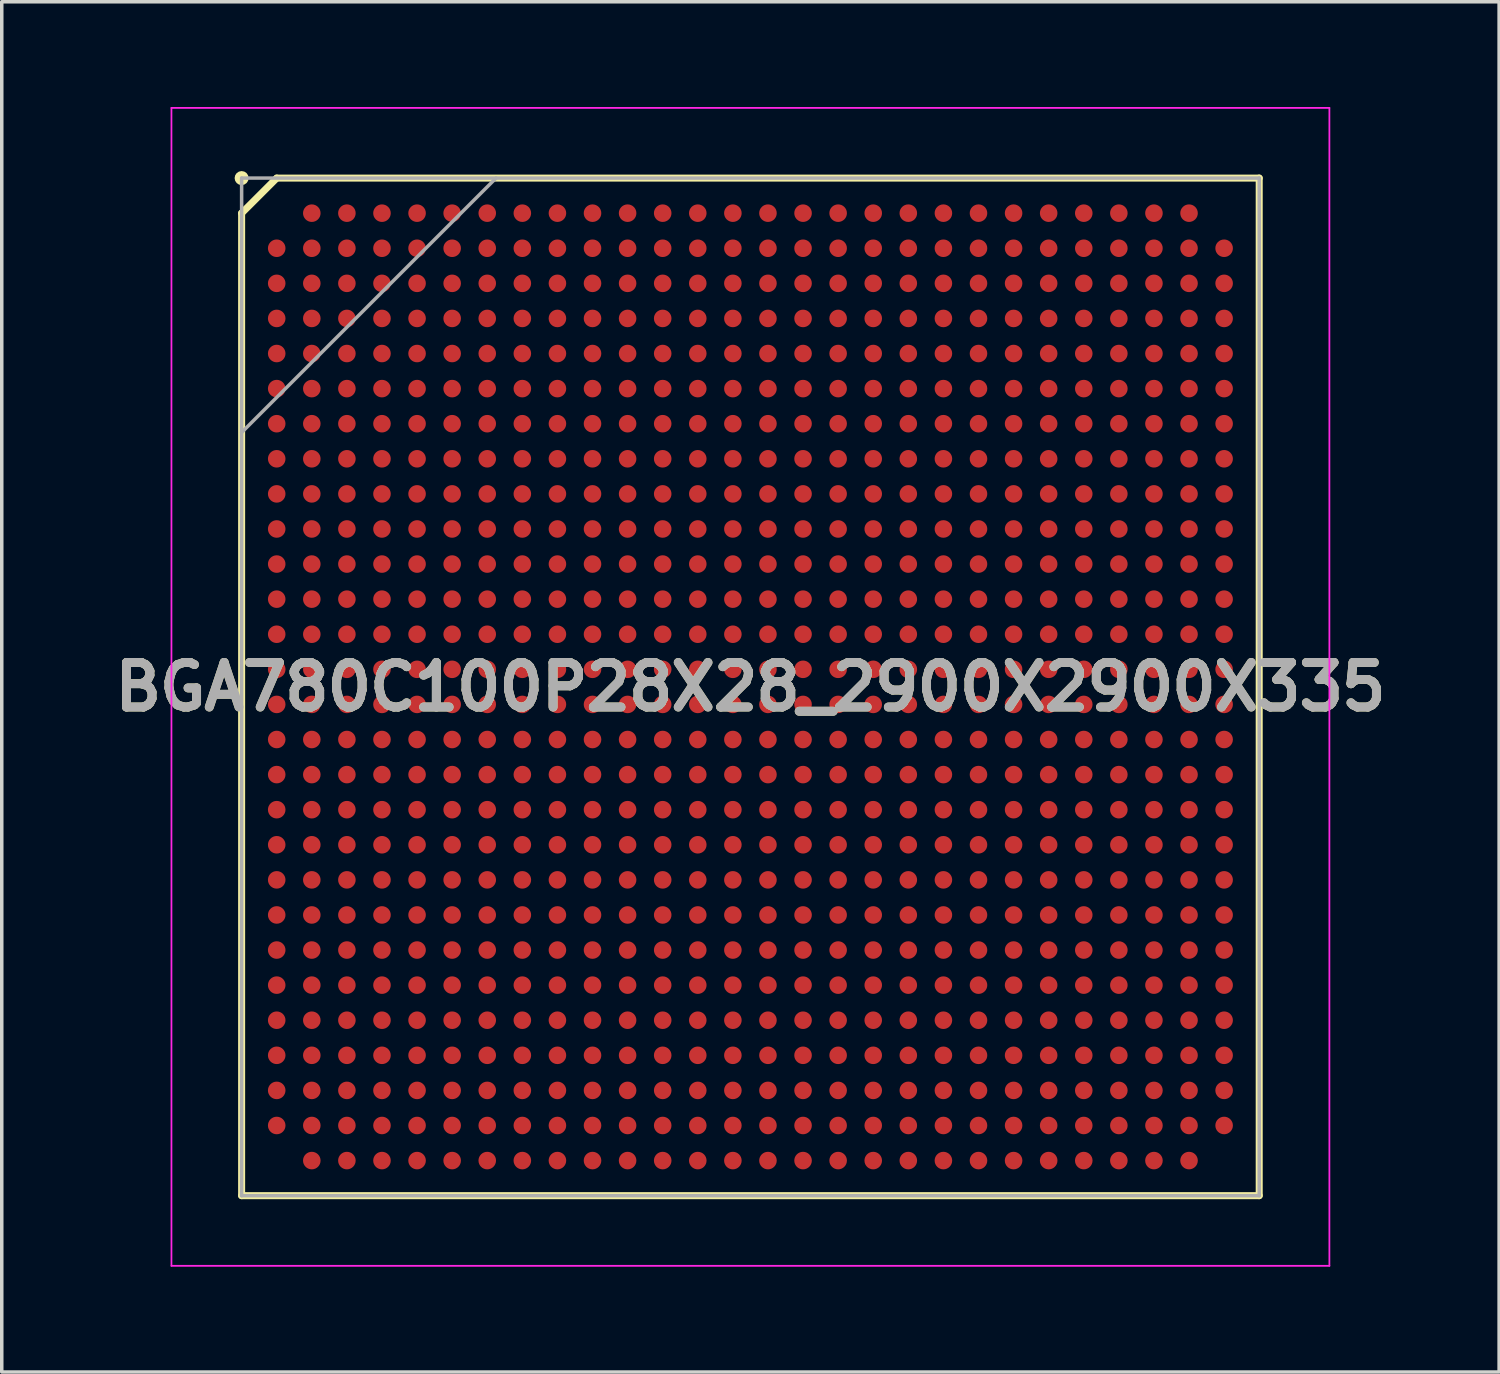
<source format=kicad_pcb>
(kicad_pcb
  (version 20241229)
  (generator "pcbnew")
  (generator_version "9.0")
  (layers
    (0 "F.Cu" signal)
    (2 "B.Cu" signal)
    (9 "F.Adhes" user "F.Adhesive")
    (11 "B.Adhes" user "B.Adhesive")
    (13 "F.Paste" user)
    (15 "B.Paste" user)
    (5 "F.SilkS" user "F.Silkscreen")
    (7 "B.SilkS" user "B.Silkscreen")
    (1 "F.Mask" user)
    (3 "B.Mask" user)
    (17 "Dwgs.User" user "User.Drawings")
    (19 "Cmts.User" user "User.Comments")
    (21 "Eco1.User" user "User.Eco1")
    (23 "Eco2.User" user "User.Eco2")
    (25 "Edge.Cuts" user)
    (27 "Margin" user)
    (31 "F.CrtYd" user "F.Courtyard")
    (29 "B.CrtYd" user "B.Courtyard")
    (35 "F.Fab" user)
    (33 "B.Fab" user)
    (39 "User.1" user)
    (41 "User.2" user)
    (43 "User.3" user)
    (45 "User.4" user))
  (footprint "BGA780C100P28X28_2900X2900X335"
    (layer "F.Cu")
    (at 18.336 16.525)
    (property "Reference" "BGA780C100P28X28_2900X2900X335" (at 0 0 0) (layer "F.SilkS") (effects (font (size 1.27 1.27) (thickness 0.254))))
    (attr smd)
    (fp_line (start -14.5 -13.5) (end -13.5 -14.5) (stroke (width 0.2) (type solid)) (layer "F.SilkS"))
    (fp_line (start -14.5 14.5) (end -14.5 -13.5) (stroke (width 0.2) (type solid)) (layer "F.SilkS"))
    (fp_line (start -13.5 -14.5) (end 14.5 -14.5) (stroke (width 0.2) (type solid)) (layer "F.SilkS"))
    (fp_line (start 14.5 -14.5) (end 14.5 14.5) (stroke (width 0.2) (type solid)) (layer "F.SilkS"))
    (fp_line (start 14.5 14.5) (end -14.5 14.5) (stroke (width 0.2) (type solid)) (layer "F.SilkS"))
    (fp_circle (center -14.5 -14.5) (end -14.5 -14.4) (stroke (width 0.2) (type solid)) (fill no) (layer "F.SilkS"))
    (fp_line (start -16.5 -16.5) (end 16.5 -16.5) (stroke (width 0.05) (type solid)) (layer "F.CrtYd"))
    (fp_line (start -16.5 16.5) (end -16.5 -16.5) (stroke (width 0.05) (type solid)) (layer "F.CrtYd"))
    (fp_line (start 16.5 -16.5) (end 16.5 16.5) (stroke (width 0.05) (type solid)) (layer "F.CrtYd"))
    (fp_line (start 16.5 16.5) (end -16.5 16.5) (stroke (width 0.05) (type solid)) (layer "F.CrtYd"))
    (fp_line (start -14.5 -14.5) (end 14.5 -14.5) (stroke (width 0.1) (type solid)) (layer "F.Fab"))
    (fp_line (start -14.5 -7.25) (end -7.25 -14.5) (stroke (width 0.1) (type solid)) (layer "F.Fab"))
    (fp_line (start -14.5 14.5) (end -14.5 -14.5) (stroke (width 0.1) (type solid)) (layer "F.Fab"))
    (fp_line (start 14.5 -14.5) (end 14.5 14.5) (stroke (width 0.1) (type solid)) (layer "F.Fab"))
    (fp_line (start 14.5 14.5) (end -14.5 14.5) (stroke (width 0.1) (type solid)) (layer "F.Fab"))
    (fp_text user "${REFERENCE}" (at 0 0 0) (layer "F.Fab") (effects (font (size 1.27 1.27) (thickness 0.254))))
    (pad "A2" smd circle (at -12.5 -13.5 90) (size 0.5 0.5) (layers "F.Cu" "F.Mask" "F.Paste"))
    (pad "A3" smd circle (at -11.5 -13.5 90) (size 0.5 0.5) (layers "F.Cu" "F.Mask" "F.Paste"))
    (pad "A4" smd circle (at -10.5 -13.5 90) (size 0.5 0.5) (layers "F.Cu" "F.Mask" "F.Paste"))
    (pad "A5" smd circle (at -9.5 -13.5 90) (size 0.5 0.5) (layers "F.Cu" "F.Mask" "F.Paste"))
    (pad "A6" smd circle (at -8.5 -13.5 90) (size 0.5 0.5) (layers "F.Cu" "F.Mask" "F.Paste"))
    (pad "A7" smd circle (at -7.5 -13.5 90) (size 0.5 0.5) (layers "F.Cu" "F.Mask" "F.Paste"))
    (pad "A8" smd circle (at -6.5 -13.5 90) (size 0.5 0.5) (layers "F.Cu" "F.Mask" "F.Paste"))
    (pad "A9" smd circle (at -5.5 -13.5 90) (size 0.5 0.5) (layers "F.Cu" "F.Mask" "F.Paste"))
    (pad "A10" smd circle (at -4.5 -13.5 90) (size 0.5 0.5) (layers "F.Cu" "F.Mask" "F.Paste"))
    (pad "A11" smd circle (at -3.5 -13.5 90) (size 0.5 0.5) (layers "F.Cu" "F.Mask" "F.Paste"))
    (pad "A12" smd circle (at -2.5 -13.5 90) (size 0.5 0.5) (layers "F.Cu" "F.Mask" "F.Paste"))
    (pad "A13" smd circle (at -1.5 -13.5 90) (size 0.5 0.5) (layers "F.Cu" "F.Mask" "F.Paste"))
    (pad "A14" smd circle (at -0.5 -13.5 90) (size 0.5 0.5) (layers "F.Cu" "F.Mask" "F.Paste"))
    (pad "A15" smd circle (at 0.5 -13.5 90) (size 0.5 0.5) (layers "F.Cu" "F.Mask" "F.Paste"))
    (pad "A16" smd circle (at 1.5 -13.5 90) (size 0.5 0.5) (layers "F.Cu" "F.Mask" "F.Paste"))
    (pad "A17" smd circle (at 2.5 -13.5 90) (size 0.5 0.5) (layers "F.Cu" "F.Mask" "F.Paste"))
    (pad "A18" smd circle (at 3.5 -13.5 90) (size 0.5 0.5) (layers "F.Cu" "F.Mask" "F.Paste"))
    (pad "A19" smd circle (at 4.5 -13.5 90) (size 0.5 0.5) (layers "F.Cu" "F.Mask" "F.Paste"))
    (pad "A20" smd circle (at 5.5 -13.5 90) (size 0.5 0.5) (layers "F.Cu" "F.Mask" "F.Paste"))
    (pad "A21" smd circle (at 6.5 -13.5 90) (size 0.5 0.5) (layers "F.Cu" "F.Mask" "F.Paste"))
    (pad "A22" smd circle (at 7.5 -13.5 90) (size 0.5 0.5) (layers "F.Cu" "F.Mask" "F.Paste"))
    (pad "A23" smd circle (at 8.5 -13.5 90) (size 0.5 0.5) (layers "F.Cu" "F.Mask" "F.Paste"))
    (pad "A24" smd circle (at 9.5 -13.5 90) (size 0.5 0.5) (layers "F.Cu" "F.Mask" "F.Paste"))
    (pad "A25" smd circle (at 10.5 -13.5 90) (size 0.5 0.5) (layers "F.Cu" "F.Mask" "F.Paste"))
    (pad "A26" smd circle (at 11.5 -13.5 90) (size 0.5 0.5) (layers "F.Cu" "F.Mask" "F.Paste"))
    (pad "A27" smd circle (at 12.5 -13.5 90) (size 0.5 0.5) (layers "F.Cu" "F.Mask" "F.Paste"))
    (pad "AA1" smd circle (at -13.5 6.5 90) (size 0.5 0.5) (layers "F.Cu" "F.Mask" "F.Paste"))
    (pad "AA2" smd circle (at -12.5 6.5 90) (size 0.5 0.5) (layers "F.Cu" "F.Mask" "F.Paste"))
    (pad "AA3" smd circle (at -11.5 6.5 90) (size 0.5 0.5) (layers "F.Cu" "F.Mask" "F.Paste"))
    (pad "AA4" smd circle (at -10.5 6.5 90) (size 0.5 0.5) (layers "F.Cu" "F.Mask" "F.Paste"))
    (pad "AA5" smd circle (at -9.5 6.5 90) (size 0.5 0.5) (layers "F.Cu" "F.Mask" "F.Paste"))
    (pad "AA6" smd circle (at -8.5 6.5 90) (size 0.5 0.5) (layers "F.Cu" "F.Mask" "F.Paste"))
    (pad "AA7" smd circle (at -7.5 6.5 90) (size 0.5 0.5) (layers "F.Cu" "F.Mask" "F.Paste"))
    (pad "AA8" smd circle (at -6.5 6.5 90) (size 0.5 0.5) (layers "F.Cu" "F.Mask" "F.Paste"))
    (pad "AA9" smd circle (at -5.5 6.5 90) (size 0.5 0.5) (layers "F.Cu" "F.Mask" "F.Paste"))
    (pad "AA10" smd circle (at -4.5 6.5 90) (size 0.5 0.5) (layers "F.Cu" "F.Mask" "F.Paste"))
    (pad "AA11" smd circle (at -3.5 6.5 90) (size 0.5 0.5) (layers "F.Cu" "F.Mask" "F.Paste"))
    (pad "AA12" smd circle (at -2.5 6.5 90) (size 0.5 0.5) (layers "F.Cu" "F.Mask" "F.Paste"))
    (pad "AA13" smd circle (at -1.5 6.5 90) (size 0.5 0.5) (layers "F.Cu" "F.Mask" "F.Paste"))
    (pad "AA14" smd circle (at -0.5 6.5 90) (size 0.5 0.5) (layers "F.Cu" "F.Mask" "F.Paste"))
    (pad "AA15" smd circle (at 0.5 6.5 90) (size 0.5 0.5) (layers "F.Cu" "F.Mask" "F.Paste"))
    (pad "AA16" smd circle (at 1.5 6.5 90) (size 0.5 0.5) (layers "F.Cu" "F.Mask" "F.Paste"))
    (pad "AA17" smd circle (at 2.5 6.5 90) (size 0.5 0.5) (layers "F.Cu" "F.Mask" "F.Paste"))
    (pad "AA18" smd circle (at 3.5 6.5 90) (size 0.5 0.5) (layers "F.Cu" "F.Mask" "F.Paste"))
    (pad "AA19" smd circle (at 4.5 6.5 90) (size 0.5 0.5) (layers "F.Cu" "F.Mask" "F.Paste"))
    (pad "AA20" smd circle (at 5.5 6.5 90) (size 0.5 0.5) (layers "F.Cu" "F.Mask" "F.Paste"))
    (pad "AA21" smd circle (at 6.5 6.5 90) (size 0.5 0.5) (layers "F.Cu" "F.Mask" "F.Paste"))
    (pad "AA22" smd circle (at 7.5 6.5 90) (size 0.5 0.5) (layers "F.Cu" "F.Mask" "F.Paste"))
    (pad "AA23" smd circle (at 8.5 6.5 90) (size 0.5 0.5) (layers "F.Cu" "F.Mask" "F.Paste"))
    (pad "AA24" smd circle (at 9.5 6.5 90) (size 0.5 0.5) (layers "F.Cu" "F.Mask" "F.Paste"))
    (pad "AA25" smd circle (at 10.5 6.5 90) (size 0.5 0.5) (layers "F.Cu" "F.Mask" "F.Paste"))
    (pad "AA26" smd circle (at 11.5 6.5 90) (size 0.5 0.5) (layers "F.Cu" "F.Mask" "F.Paste"))
    (pad "AA27" smd circle (at 12.5 6.5 90) (size 0.5 0.5) (layers "F.Cu" "F.Mask" "F.Paste"))
    (pad "AA28" smd circle (at 13.5 6.5 90) (size 0.5 0.5) (layers "F.Cu" "F.Mask" "F.Paste"))
    (pad "AB1" smd circle (at -13.5 7.5 90) (size 0.5 0.5) (layers "F.Cu" "F.Mask" "F.Paste"))
    (pad "AB2" smd circle (at -12.5 7.5 90) (size 0.5 0.5) (layers "F.Cu" "F.Mask" "F.Paste"))
    (pad "AB3" smd circle (at -11.5 7.5 90) (size 0.5 0.5) (layers "F.Cu" "F.Mask" "F.Paste"))
    (pad "AB4" smd circle (at -10.5 7.5 90) (size 0.5 0.5) (layers "F.Cu" "F.Mask" "F.Paste"))
    (pad "AB5" smd circle (at -9.5 7.5 90) (size 0.5 0.5) (layers "F.Cu" "F.Mask" "F.Paste"))
    (pad "AB6" smd circle (at -8.5 7.5 90) (size 0.5 0.5) (layers "F.Cu" "F.Mask" "F.Paste"))
    (pad "AB7" smd circle (at -7.5 7.5 90) (size 0.5 0.5) (layers "F.Cu" "F.Mask" "F.Paste"))
    (pad "AB8" smd circle (at -6.5 7.5 90) (size 0.5 0.5) (layers "F.Cu" "F.Mask" "F.Paste"))
    (pad "AB9" smd circle (at -5.5 7.5 90) (size 0.5 0.5) (layers "F.Cu" "F.Mask" "F.Paste"))
    (pad "AB10" smd circle (at -4.5 7.5 90) (size 0.5 0.5) (layers "F.Cu" "F.Mask" "F.Paste"))
    (pad "AB11" smd circle (at -3.5 7.5 90) (size 0.5 0.5) (layers "F.Cu" "F.Mask" "F.Paste"))
    (pad "AB12" smd circle (at -2.5 7.5 90) (size 0.5 0.5) (layers "F.Cu" "F.Mask" "F.Paste"))
    (pad "AB13" smd circle (at -1.5 7.5 90) (size 0.5 0.5) (layers "F.Cu" "F.Mask" "F.Paste"))
    (pad "AB14" smd circle (at -0.5 7.5 90) (size 0.5 0.5) (layers "F.Cu" "F.Mask" "F.Paste"))
    (pad "AB15" smd circle (at 0.5 7.5 90) (size 0.5 0.5) (layers "F.Cu" "F.Mask" "F.Paste"))
    (pad "AB16" smd circle (at 1.5 7.5 90) (size 0.5 0.5) (layers "F.Cu" "F.Mask" "F.Paste"))
    (pad "AB17" smd circle (at 2.5 7.5 90) (size 0.5 0.5) (layers "F.Cu" "F.Mask" "F.Paste"))
    (pad "AB18" smd circle (at 3.5 7.5 90) (size 0.5 0.5) (layers "F.Cu" "F.Mask" "F.Paste"))
    (pad "AB19" smd circle (at 4.5 7.5 90) (size 0.5 0.5) (layers "F.Cu" "F.Mask" "F.Paste"))
    (pad "AB20" smd circle (at 5.5 7.5 90) (size 0.5 0.5) (layers "F.Cu" "F.Mask" "F.Paste"))
    (pad "AB21" smd circle (at 6.5 7.5 90) (size 0.5 0.5) (layers "F.Cu" "F.Mask" "F.Paste"))
    (pad "AB22" smd circle (at 7.5 7.5 90) (size 0.5 0.5) (layers "F.Cu" "F.Mask" "F.Paste"))
    (pad "AB23" smd circle (at 8.5 7.5 90) (size 0.5 0.5) (layers "F.Cu" "F.Mask" "F.Paste"))
    (pad "AB24" smd circle (at 9.5 7.5 90) (size 0.5 0.5) (layers "F.Cu" "F.Mask" "F.Paste"))
    (pad "AB25" smd circle (at 10.5 7.5 90) (size 0.5 0.5) (layers "F.Cu" "F.Mask" "F.Paste"))
    (pad "AB26" smd circle (at 11.5 7.5 90) (size 0.5 0.5) (layers "F.Cu" "F.Mask" "F.Paste"))
    (pad "AB27" smd circle (at 12.5 7.5 90) (size 0.5 0.5) (layers "F.Cu" "F.Mask" "F.Paste"))
    (pad "AB28" smd circle (at 13.5 7.5 90) (size 0.5 0.5) (layers "F.Cu" "F.Mask" "F.Paste"))
    (pad "AC1" smd circle (at -13.5 8.5 90) (size 0.5 0.5) (layers "F.Cu" "F.Mask" "F.Paste"))
    (pad "AC2" smd circle (at -12.5 8.5 90) (size 0.5 0.5) (layers "F.Cu" "F.Mask" "F.Paste"))
    (pad "AC3" smd circle (at -11.5 8.5 90) (size 0.5 0.5) (layers "F.Cu" "F.Mask" "F.Paste"))
    (pad "AC4" smd circle (at -10.5 8.5 90) (size 0.5 0.5) (layers "F.Cu" "F.Mask" "F.Paste"))
    (pad "AC5" smd circle (at -9.5 8.5 90) (size 0.5 0.5) (layers "F.Cu" "F.Mask" "F.Paste"))
    (pad "AC6" smd circle (at -8.5 8.5 90) (size 0.5 0.5) (layers "F.Cu" "F.Mask" "F.Paste"))
    (pad "AC7" smd circle (at -7.5 8.5 90) (size 0.5 0.5) (layers "F.Cu" "F.Mask" "F.Paste"))
    (pad "AC8" smd circle (at -6.5 8.5 90) (size 0.5 0.5) (layers "F.Cu" "F.Mask" "F.Paste"))
    (pad "AC9" smd circle (at -5.5 8.5 90) (size 0.5 0.5) (layers "F.Cu" "F.Mask" "F.Paste"))
    (pad "AC10" smd circle (at -4.5 8.5 90) (size 0.5 0.5) (layers "F.Cu" "F.Mask" "F.Paste"))
    (pad "AC11" smd circle (at -3.5 8.5 90) (size 0.5 0.5) (layers "F.Cu" "F.Mask" "F.Paste"))
    (pad "AC12" smd circle (at -2.5 8.5 90) (size 0.5 0.5) (layers "F.Cu" "F.Mask" "F.Paste"))
    (pad "AC13" smd circle (at -1.5 8.5 90) (size 0.5 0.5) (layers "F.Cu" "F.Mask" "F.Paste"))
    (pad "AC14" smd circle (at -0.5 8.5 90) (size 0.5 0.5) (layers "F.Cu" "F.Mask" "F.Paste"))
    (pad "AC15" smd circle (at 0.5 8.5 90) (size 0.5 0.5) (layers "F.Cu" "F.Mask" "F.Paste"))
    (pad "AC16" smd circle (at 1.5 8.5 90) (size 0.5 0.5) (layers "F.Cu" "F.Mask" "F.Paste"))
    (pad "AC17" smd circle (at 2.5 8.5 90) (size 0.5 0.5) (layers "F.Cu" "F.Mask" "F.Paste"))
    (pad "AC18" smd circle (at 3.5 8.5 90) (size 0.5 0.5) (layers "F.Cu" "F.Mask" "F.Paste"))
    (pad "AC19" smd circle (at 4.5 8.5 90) (size 0.5 0.5) (layers "F.Cu" "F.Mask" "F.Paste"))
    (pad "AC20" smd circle (at 5.5 8.5 90) (size 0.5 0.5) (layers "F.Cu" "F.Mask" "F.Paste"))
    (pad "AC21" smd circle (at 6.5 8.5 90) (size 0.5 0.5) (layers "F.Cu" "F.Mask" "F.Paste"))
    (pad "AC22" smd circle (at 7.5 8.5 90) (size 0.5 0.5) (layers "F.Cu" "F.Mask" "F.Paste"))
    (pad "AC23" smd circle (at 8.5 8.5 90) (size 0.5 0.5) (layers "F.Cu" "F.Mask" "F.Paste"))
    (pad "AC24" smd circle (at 9.5 8.5 90) (size 0.5 0.5) (layers "F.Cu" "F.Mask" "F.Paste"))
    (pad "AC25" smd circle (at 10.5 8.5 90) (size 0.5 0.5) (layers "F.Cu" "F.Mask" "F.Paste"))
    (pad "AC26" smd circle (at 11.5 8.5 90) (size 0.5 0.5) (layers "F.Cu" "F.Mask" "F.Paste"))
    (pad "AC27" smd circle (at 12.5 8.5 90) (size 0.5 0.5) (layers "F.Cu" "F.Mask" "F.Paste"))
    (pad "AC28" smd circle (at 13.5 8.5 90) (size 0.5 0.5) (layers "F.Cu" "F.Mask" "F.Paste"))
    (pad "AD1" smd circle (at -13.5 9.5 90) (size 0.5 0.5) (layers "F.Cu" "F.Mask" "F.Paste"))
    (pad "AD2" smd circle (at -12.5 9.5 90) (size 0.5 0.5) (layers "F.Cu" "F.Mask" "F.Paste"))
    (pad "AD3" smd circle (at -11.5 9.5 90) (size 0.5 0.5) (layers "F.Cu" "F.Mask" "F.Paste"))
    (pad "AD4" smd circle (at -10.5 9.5 90) (size 0.5 0.5) (layers "F.Cu" "F.Mask" "F.Paste"))
    (pad "AD5" smd circle (at -9.5 9.5 90) (size 0.5 0.5) (layers "F.Cu" "F.Mask" "F.Paste"))
    (pad "AD6" smd circle (at -8.5 9.5 90) (size 0.5 0.5) (layers "F.Cu" "F.Mask" "F.Paste"))
    (pad "AD7" smd circle (at -7.5 9.5 90) (size 0.5 0.5) (layers "F.Cu" "F.Mask" "F.Paste"))
    (pad "AD8" smd circle (at -6.5 9.5 90) (size 0.5 0.5) (layers "F.Cu" "F.Mask" "F.Paste"))
    (pad "AD9" smd circle (at -5.5 9.5 90) (size 0.5 0.5) (layers "F.Cu" "F.Mask" "F.Paste"))
    (pad "AD10" smd circle (at -4.5 9.5 90) (size 0.5 0.5) (layers "F.Cu" "F.Mask" "F.Paste"))
    (pad "AD11" smd circle (at -3.5 9.5 90) (size 0.5 0.5) (layers "F.Cu" "F.Mask" "F.Paste"))
    (pad "AD12" smd circle (at -2.5 9.5 90) (size 0.5 0.5) (layers "F.Cu" "F.Mask" "F.Paste"))
    (pad "AD13" smd circle (at -1.5 9.5 90) (size 0.5 0.5) (layers "F.Cu" "F.Mask" "F.Paste"))
    (pad "AD14" smd circle (at -0.5 9.5 90) (size 0.5 0.5) (layers "F.Cu" "F.Mask" "F.Paste"))
    (pad "AD15" smd circle (at 0.5 9.5 90) (size 0.5 0.5) (layers "F.Cu" "F.Mask" "F.Paste"))
    (pad "AD16" smd circle (at 1.5 9.5 90) (size 0.5 0.5) (layers "F.Cu" "F.Mask" "F.Paste"))
    (pad "AD17" smd circle (at 2.5 9.5 90) (size 0.5 0.5) (layers "F.Cu" "F.Mask" "F.Paste"))
    (pad "AD18" smd circle (at 3.5 9.5 90) (size 0.5 0.5) (layers "F.Cu" "F.Mask" "F.Paste"))
    (pad "AD19" smd circle (at 4.5 9.5 90) (size 0.5 0.5) (layers "F.Cu" "F.Mask" "F.Paste"))
    (pad "AD20" smd circle (at 5.5 9.5 90) (size 0.5 0.5) (layers "F.Cu" "F.Mask" "F.Paste"))
    (pad "AD21" smd circle (at 6.5 9.5 90) (size 0.5 0.5) (layers "F.Cu" "F.Mask" "F.Paste"))
    (pad "AD22" smd circle (at 7.5 9.5 90) (size 0.5 0.5) (layers "F.Cu" "F.Mask" "F.Paste"))
    (pad "AD23" smd circle (at 8.5 9.5 90) (size 0.5 0.5) (layers "F.Cu" "F.Mask" "F.Paste"))
    (pad "AD24" smd circle (at 9.5 9.5 90) (size 0.5 0.5) (layers "F.Cu" "F.Mask" "F.Paste"))
    (pad "AD25" smd circle (at 10.5 9.5 90) (size 0.5 0.5) (layers "F.Cu" "F.Mask" "F.Paste"))
    (pad "AD26" smd circle (at 11.5 9.5 90) (size 0.5 0.5) (layers "F.Cu" "F.Mask" "F.Paste"))
    (pad "AD27" smd circle (at 12.5 9.5 90) (size 0.5 0.5) (layers "F.Cu" "F.Mask" "F.Paste"))
    (pad "AD28" smd circle (at 13.5 9.5 90) (size 0.5 0.5) (layers "F.Cu" "F.Mask" "F.Paste"))
    (pad "AE1" smd circle (at -13.5 10.5 90) (size 0.5 0.5) (layers "F.Cu" "F.Mask" "F.Paste"))
    (pad "AE2" smd circle (at -12.5 10.5 90) (size 0.5 0.5) (layers "F.Cu" "F.Mask" "F.Paste"))
    (pad "AE3" smd circle (at -11.5 10.5 90) (size 0.5 0.5) (layers "F.Cu" "F.Mask" "F.Paste"))
    (pad "AE4" smd circle (at -10.5 10.5 90) (size 0.5 0.5) (layers "F.Cu" "F.Mask" "F.Paste"))
    (pad "AE5" smd circle (at -9.5 10.5 90) (size 0.5 0.5) (layers "F.Cu" "F.Mask" "F.Paste"))
    (pad "AE6" smd circle (at -8.5 10.5 90) (size 0.5 0.5) (layers "F.Cu" "F.Mask" "F.Paste"))
    (pad "AE7" smd circle (at -7.5 10.5 90) (size 0.5 0.5) (layers "F.Cu" "F.Mask" "F.Paste"))
    (pad "AE8" smd circle (at -6.5 10.5 90) (size 0.5 0.5) (layers "F.Cu" "F.Mask" "F.Paste"))
    (pad "AE9" smd circle (at -5.5 10.5 90) (size 0.5 0.5) (layers "F.Cu" "F.Mask" "F.Paste"))
    (pad "AE10" smd circle (at -4.5 10.5 90) (size 0.5 0.5) (layers "F.Cu" "F.Mask" "F.Paste"))
    (pad "AE11" smd circle (at -3.5 10.5 90) (size 0.5 0.5) (layers "F.Cu" "F.Mask" "F.Paste"))
    (pad "AE12" smd circle (at -2.5 10.5 90) (size 0.5 0.5) (layers "F.Cu" "F.Mask" "F.Paste"))
    (pad "AE13" smd circle (at -1.5 10.5 90) (size 0.5 0.5) (layers "F.Cu" "F.Mask" "F.Paste"))
    (pad "AE14" smd circle (at -0.5 10.5 90) (size 0.5 0.5) (layers "F.Cu" "F.Mask" "F.Paste"))
    (pad "AE15" smd circle (at 0.5 10.5 90) (size 0.5 0.5) (layers "F.Cu" "F.Mask" "F.Paste"))
    (pad "AE16" smd circle (at 1.5 10.5 90) (size 0.5 0.5) (layers "F.Cu" "F.Mask" "F.Paste"))
    (pad "AE17" smd circle (at 2.5 10.5 90) (size 0.5 0.5) (layers "F.Cu" "F.Mask" "F.Paste"))
    (pad "AE18" smd circle (at 3.5 10.5 90) (size 0.5 0.5) (layers "F.Cu" "F.Mask" "F.Paste"))
    (pad "AE19" smd circle (at 4.5 10.5 90) (size 0.5 0.5) (layers "F.Cu" "F.Mask" "F.Paste"))
    (pad "AE20" smd circle (at 5.5 10.5 90) (size 0.5 0.5) (layers "F.Cu" "F.Mask" "F.Paste"))
    (pad "AE21" smd circle (at 6.5 10.5 90) (size 0.5 0.5) (layers "F.Cu" "F.Mask" "F.Paste"))
    (pad "AE22" smd circle (at 7.5 10.5 90) (size 0.5 0.5) (layers "F.Cu" "F.Mask" "F.Paste"))
    (pad "AE23" smd circle (at 8.5 10.5 90) (size 0.5 0.5) (layers "F.Cu" "F.Mask" "F.Paste"))
    (pad "AE24" smd circle (at 9.5 10.5 90) (size 0.5 0.5) (layers "F.Cu" "F.Mask" "F.Paste"))
    (pad "AE25" smd circle (at 10.5 10.5 90) (size 0.5 0.5) (layers "F.Cu" "F.Mask" "F.Paste"))
    (pad "AE26" smd circle (at 11.5 10.5 90) (size 0.5 0.5) (layers "F.Cu" "F.Mask" "F.Paste"))
    (pad "AE27" smd circle (at 12.5 10.5 90) (size 0.5 0.5) (layers "F.Cu" "F.Mask" "F.Paste"))
    (pad "AE28" smd circle (at 13.5 10.5 90) (size 0.5 0.5) (layers "F.Cu" "F.Mask" "F.Paste"))
    (pad "AF1" smd circle (at -13.5 11.5 90) (size 0.5 0.5) (layers "F.Cu" "F.Mask" "F.Paste"))
    (pad "AF2" smd circle (at -12.5 11.5 90) (size 0.5 0.5) (layers "F.Cu" "F.Mask" "F.Paste"))
    (pad "AF3" smd circle (at -11.5 11.5 90) (size 0.5 0.5) (layers "F.Cu" "F.Mask" "F.Paste"))
    (pad "AF4" smd circle (at -10.5 11.5 90) (size 0.5 0.5) (layers "F.Cu" "F.Mask" "F.Paste"))
    (pad "AF5" smd circle (at -9.5 11.5 90) (size 0.5 0.5) (layers "F.Cu" "F.Mask" "F.Paste"))
    (pad "AF6" smd circle (at -8.5 11.5 90) (size 0.5 0.5) (layers "F.Cu" "F.Mask" "F.Paste"))
    (pad "AF7" smd circle (at -7.5 11.5 90) (size 0.5 0.5) (layers "F.Cu" "F.Mask" "F.Paste"))
    (pad "AF8" smd circle (at -6.5 11.5 90) (size 0.5 0.5) (layers "F.Cu" "F.Mask" "F.Paste"))
    (pad "AF9" smd circle (at -5.5 11.5 90) (size 0.5 0.5) (layers "F.Cu" "F.Mask" "F.Paste"))
    (pad "AF10" smd circle (at -4.5 11.5 90) (size 0.5 0.5) (layers "F.Cu" "F.Mask" "F.Paste"))
    (pad "AF11" smd circle (at -3.5 11.5 90) (size 0.5 0.5) (layers "F.Cu" "F.Mask" "F.Paste"))
    (pad "AF12" smd circle (at -2.5 11.5 90) (size 0.5 0.5) (layers "F.Cu" "F.Mask" "F.Paste"))
    (pad "AF13" smd circle (at -1.5 11.5 90) (size 0.5 0.5) (layers "F.Cu" "F.Mask" "F.Paste"))
    (pad "AF14" smd circle (at -0.5 11.5 90) (size 0.5 0.5) (layers "F.Cu" "F.Mask" "F.Paste"))
    (pad "AF15" smd circle (at 0.5 11.5 90) (size 0.5 0.5) (layers "F.Cu" "F.Mask" "F.Paste"))
    (pad "AF16" smd circle (at 1.5 11.5 90) (size 0.5 0.5) (layers "F.Cu" "F.Mask" "F.Paste"))
    (pad "AF17" smd circle (at 2.5 11.5 90) (size 0.5 0.5) (layers "F.Cu" "F.Mask" "F.Paste"))
    (pad "AF18" smd circle (at 3.5 11.5 90) (size 0.5 0.5) (layers "F.Cu" "F.Mask" "F.Paste"))
    (pad "AF19" smd circle (at 4.5 11.5 90) (size 0.5 0.5) (layers "F.Cu" "F.Mask" "F.Paste"))
    (pad "AF20" smd circle (at 5.5 11.5 90) (size 0.5 0.5) (layers "F.Cu" "F.Mask" "F.Paste"))
    (pad "AF21" smd circle (at 6.5 11.5 90) (size 0.5 0.5) (layers "F.Cu" "F.Mask" "F.Paste"))
    (pad "AF22" smd circle (at 7.5 11.5 90) (size 0.5 0.5) (layers "F.Cu" "F.Mask" "F.Paste"))
    (pad "AF23" smd circle (at 8.5 11.5 90) (size 0.5 0.5) (layers "F.Cu" "F.Mask" "F.Paste"))
    (pad "AF24" smd circle (at 9.5 11.5 90) (size 0.5 0.5) (layers "F.Cu" "F.Mask" "F.Paste"))
    (pad "AF25" smd circle (at 10.5 11.5 90) (size 0.5 0.5) (layers "F.Cu" "F.Mask" "F.Paste"))
    (pad "AF26" smd circle (at 11.5 11.5 90) (size 0.5 0.5) (layers "F.Cu" "F.Mask" "F.Paste"))
    (pad "AF27" smd circle (at 12.5 11.5 90) (size 0.5 0.5) (layers "F.Cu" "F.Mask" "F.Paste"))
    (pad "AF28" smd circle (at 13.5 11.5 90) (size 0.5 0.5) (layers "F.Cu" "F.Mask" "F.Paste"))
    (pad "AG1" smd circle (at -13.5 12.5 90) (size 0.5 0.5) (layers "F.Cu" "F.Mask" "F.Paste"))
    (pad "AG2" smd circle (at -12.5 12.5 90) (size 0.5 0.5) (layers "F.Cu" "F.Mask" "F.Paste"))
    (pad "AG3" smd circle (at -11.5 12.5 90) (size 0.5 0.5) (layers "F.Cu" "F.Mask" "F.Paste"))
    (pad "AG4" smd circle (at -10.5 12.5 90) (size 0.5 0.5) (layers "F.Cu" "F.Mask" "F.Paste"))
    (pad "AG5" smd circle (at -9.5 12.5 90) (size 0.5 0.5) (layers "F.Cu" "F.Mask" "F.Paste"))
    (pad "AG6" smd circle (at -8.5 12.5 90) (size 0.5 0.5) (layers "F.Cu" "F.Mask" "F.Paste"))
    (pad "AG7" smd circle (at -7.5 12.5 90) (size 0.5 0.5) (layers "F.Cu" "F.Mask" "F.Paste"))
    (pad "AG8" smd circle (at -6.5 12.5 90) (size 0.5 0.5) (layers "F.Cu" "F.Mask" "F.Paste"))
    (pad "AG9" smd circle (at -5.5 12.5 90) (size 0.5 0.5) (layers "F.Cu" "F.Mask" "F.Paste"))
    (pad "AG10" smd circle (at -4.5 12.5 90) (size 0.5 0.5) (layers "F.Cu" "F.Mask" "F.Paste"))
    (pad "AG11" smd circle (at -3.5 12.5 90) (size 0.5 0.5) (layers "F.Cu" "F.Mask" "F.Paste"))
    (pad "AG12" smd circle (at -2.5 12.5 90) (size 0.5 0.5) (layers "F.Cu" "F.Mask" "F.Paste"))
    (pad "AG13" smd circle (at -1.5 12.5 90) (size 0.5 0.5) (layers "F.Cu" "F.Mask" "F.Paste"))
    (pad "AG14" smd circle (at -0.5 12.5 90) (size 0.5 0.5) (layers "F.Cu" "F.Mask" "F.Paste"))
    (pad "AG15" smd circle (at 0.5 12.5 90) (size 0.5 0.5) (layers "F.Cu" "F.Mask" "F.Paste"))
    (pad "AG16" smd circle (at 1.5 12.5 90) (size 0.5 0.5) (layers "F.Cu" "F.Mask" "F.Paste"))
    (pad "AG17" smd circle (at 2.5 12.5 90) (size 0.5 0.5) (layers "F.Cu" "F.Mask" "F.Paste"))
    (pad "AG18" smd circle (at 3.5 12.5 90) (size 0.5 0.5) (layers "F.Cu" "F.Mask" "F.Paste"))
    (pad "AG19" smd circle (at 4.5 12.5 90) (size 0.5 0.5) (layers "F.Cu" "F.Mask" "F.Paste"))
    (pad "AG20" smd circle (at 5.5 12.5 90) (size 0.5 0.5) (layers "F.Cu" "F.Mask" "F.Paste"))
    (pad "AG21" smd circle (at 6.5 12.5 90) (size 0.5 0.5) (layers "F.Cu" "F.Mask" "F.Paste"))
    (pad "AG22" smd circle (at 7.5 12.5 90) (size 0.5 0.5) (layers "F.Cu" "F.Mask" "F.Paste"))
    (pad "AG23" smd circle (at 8.5 12.5 90) (size 0.5 0.5) (layers "F.Cu" "F.Mask" "F.Paste"))
    (pad "AG24" smd circle (at 9.5 12.5 90) (size 0.5 0.5) (layers "F.Cu" "F.Mask" "F.Paste"))
    (pad "AG25" smd circle (at 10.5 12.5 90) (size 0.5 0.5) (layers "F.Cu" "F.Mask" "F.Paste"))
    (pad "AG26" smd circle (at 11.5 12.5 90) (size 0.5 0.5) (layers "F.Cu" "F.Mask" "F.Paste"))
    (pad "AG27" smd circle (at 12.5 12.5 90) (size 0.5 0.5) (layers "F.Cu" "F.Mask" "F.Paste"))
    (pad "AG28" smd circle (at 13.5 12.5 90) (size 0.5 0.5) (layers "F.Cu" "F.Mask" "F.Paste"))
    (pad "AH2" smd circle (at -12.5 13.5 90) (size 0.5 0.5) (layers "F.Cu" "F.Mask" "F.Paste"))
    (pad "AH3" smd circle (at -11.5 13.5 90) (size 0.5 0.5) (layers "F.Cu" "F.Mask" "F.Paste"))
    (pad "AH4" smd circle (at -10.5 13.5 90) (size 0.5 0.5) (layers "F.Cu" "F.Mask" "F.Paste"))
    (pad "AH5" smd circle (at -9.5 13.5 90) (size 0.5 0.5) (layers "F.Cu" "F.Mask" "F.Paste"))
    (pad "AH6" smd circle (at -8.5 13.5 90) (size 0.5 0.5) (layers "F.Cu" "F.Mask" "F.Paste"))
    (pad "AH7" smd circle (at -7.5 13.5 90) (size 0.5 0.5) (layers "F.Cu" "F.Mask" "F.Paste"))
    (pad "AH8" smd circle (at -6.5 13.5 90) (size 0.5 0.5) (layers "F.Cu" "F.Mask" "F.Paste"))
    (pad "AH9" smd circle (at -5.5 13.5 90) (size 0.5 0.5) (layers "F.Cu" "F.Mask" "F.Paste"))
    (pad "AH10" smd circle (at -4.5 13.5 90) (size 0.5 0.5) (layers "F.Cu" "F.Mask" "F.Paste"))
    (pad "AH11" smd circle (at -3.5 13.5 90) (size 0.5 0.5) (layers "F.Cu" "F.Mask" "F.Paste"))
    (pad "AH12" smd circle (at -2.5 13.5 90) (size 0.5 0.5) (layers "F.Cu" "F.Mask" "F.Paste"))
    (pad "AH13" smd circle (at -1.5 13.5 90) (size 0.5 0.5) (layers "F.Cu" "F.Mask" "F.Paste"))
    (pad "AH14" smd circle (at -0.5 13.5 90) (size 0.5 0.5) (layers "F.Cu" "F.Mask" "F.Paste"))
    (pad "AH15" smd circle (at 0.5 13.5 90) (size 0.5 0.5) (layers "F.Cu" "F.Mask" "F.Paste"))
    (pad "AH16" smd circle (at 1.5 13.5 90) (size 0.5 0.5) (layers "F.Cu" "F.Mask" "F.Paste"))
    (pad "AH17" smd circle (at 2.5 13.5 90) (size 0.5 0.5) (layers "F.Cu" "F.Mask" "F.Paste"))
    (pad "AH18" smd circle (at 3.5 13.5 90) (size 0.5 0.5) (layers "F.Cu" "F.Mask" "F.Paste"))
    (pad "AH19" smd circle (at 4.5 13.5 90) (size 0.5 0.5) (layers "F.Cu" "F.Mask" "F.Paste"))
    (pad "AH20" smd circle (at 5.5 13.5 90) (size 0.5 0.5) (layers "F.Cu" "F.Mask" "F.Paste"))
    (pad "AH21" smd circle (at 6.5 13.5 90) (size 0.5 0.5) (layers "F.Cu" "F.Mask" "F.Paste"))
    (pad "AH22" smd circle (at 7.5 13.5 90) (size 0.5 0.5) (layers "F.Cu" "F.Mask" "F.Paste"))
    (pad "AH23" smd circle (at 8.5 13.5 90) (size 0.5 0.5) (layers "F.Cu" "F.Mask" "F.Paste"))
    (pad "AH24" smd circle (at 9.5 13.5 90) (size 0.5 0.5) (layers "F.Cu" "F.Mask" "F.Paste"))
    (pad "AH25" smd circle (at 10.5 13.5 90) (size 0.5 0.5) (layers "F.Cu" "F.Mask" "F.Paste"))
    (pad "AH26" smd circle (at 11.5 13.5 90) (size 0.5 0.5) (layers "F.Cu" "F.Mask" "F.Paste"))
    (pad "AH27" smd circle (at 12.5 13.5 90) (size 0.5 0.5) (layers "F.Cu" "F.Mask" "F.Paste"))
    (pad "B1" smd circle (at -13.5 -12.5 90) (size 0.5 0.5) (layers "F.Cu" "F.Mask" "F.Paste"))
    (pad "B2" smd circle (at -12.5 -12.5 90) (size 0.5 0.5) (layers "F.Cu" "F.Mask" "F.Paste"))
    (pad "B3" smd circle (at -11.5 -12.5 90) (size 0.5 0.5) (layers "F.Cu" "F.Mask" "F.Paste"))
    (pad "B4" smd circle (at -10.5 -12.5 90) (size 0.5 0.5) (layers "F.Cu" "F.Mask" "F.Paste"))
    (pad "B5" smd circle (at -9.5 -12.5 90) (size 0.5 0.5) (layers "F.Cu" "F.Mask" "F.Paste"))
    (pad "B6" smd circle (at -8.5 -12.5 90) (size 0.5 0.5) (layers "F.Cu" "F.Mask" "F.Paste"))
    (pad "B7" smd circle (at -7.5 -12.5 90) (size 0.5 0.5) (layers "F.Cu" "F.Mask" "F.Paste"))
    (pad "B8" smd circle (at -6.5 -12.5 90) (size 0.5 0.5) (layers "F.Cu" "F.Mask" "F.Paste"))
    (pad "B9" smd circle (at -5.5 -12.5 90) (size 0.5 0.5) (layers "F.Cu" "F.Mask" "F.Paste"))
    (pad "B10" smd circle (at -4.5 -12.5 90) (size 0.5 0.5) (layers "F.Cu" "F.Mask" "F.Paste"))
    (pad "B11" smd circle (at -3.5 -12.5 90) (size 0.5 0.5) (layers "F.Cu" "F.Mask" "F.Paste"))
    (pad "B12" smd circle (at -2.5 -12.5 90) (size 0.5 0.5) (layers "F.Cu" "F.Mask" "F.Paste"))
    (pad "B13" smd circle (at -1.5 -12.5 90) (size 0.5 0.5) (layers "F.Cu" "F.Mask" "F.Paste"))
    (pad "B14" smd circle (at -0.5 -12.5 90) (size 0.5 0.5) (layers "F.Cu" "F.Mask" "F.Paste"))
    (pad "B15" smd circle (at 0.5 -12.5 90) (size 0.5 0.5) (layers "F.Cu" "F.Mask" "F.Paste"))
    (pad "B16" smd circle (at 1.5 -12.5 90) (size 0.5 0.5) (layers "F.Cu" "F.Mask" "F.Paste"))
    (pad "B17" smd circle (at 2.5 -12.5 90) (size 0.5 0.5) (layers "F.Cu" "F.Mask" "F.Paste"))
    (pad "B18" smd circle (at 3.5 -12.5 90) (size 0.5 0.5) (layers "F.Cu" "F.Mask" "F.Paste"))
    (pad "B19" smd circle (at 4.5 -12.5 90) (size 0.5 0.5) (layers "F.Cu" "F.Mask" "F.Paste"))
    (pad "B20" smd circle (at 5.5 -12.5 90) (size 0.5 0.5) (layers "F.Cu" "F.Mask" "F.Paste"))
    (pad "B21" smd circle (at 6.5 -12.5 90) (size 0.5 0.5) (layers "F.Cu" "F.Mask" "F.Paste"))
    (pad "B22" smd circle (at 7.5 -12.5 90) (size 0.5 0.5) (layers "F.Cu" "F.Mask" "F.Paste"))
    (pad "B23" smd circle (at 8.5 -12.5 90) (size 0.5 0.5) (layers "F.Cu" "F.Mask" "F.Paste"))
    (pad "B24" smd circle (at 9.5 -12.5 90) (size 0.5 0.5) (layers "F.Cu" "F.Mask" "F.Paste"))
    (pad "B25" smd circle (at 10.5 -12.5 90) (size 0.5 0.5) (layers "F.Cu" "F.Mask" "F.Paste"))
    (pad "B26" smd circle (at 11.5 -12.5 90) (size 0.5 0.5) (layers "F.Cu" "F.Mask" "F.Paste"))
    (pad "B27" smd circle (at 12.5 -12.5 90) (size 0.5 0.5) (layers "F.Cu" "F.Mask" "F.Paste"))
    (pad "B28" smd circle (at 13.5 -12.5 90) (size 0.5 0.5) (layers "F.Cu" "F.Mask" "F.Paste"))
    (pad "C1" smd circle (at -13.5 -11.5 90) (size 0.5 0.5) (layers "F.Cu" "F.Mask" "F.Paste"))
    (pad "C2" smd circle (at -12.5 -11.5 90) (size 0.5 0.5) (layers "F.Cu" "F.Mask" "F.Paste"))
    (pad "C3" smd circle (at -11.5 -11.5 90) (size 0.5 0.5) (layers "F.Cu" "F.Mask" "F.Paste"))
    (pad "C4" smd circle (at -10.5 -11.5 90) (size 0.5 0.5) (layers "F.Cu" "F.Mask" "F.Paste"))
    (pad "C5" smd circle (at -9.5 -11.5 90) (size 0.5 0.5) (layers "F.Cu" "F.Mask" "F.Paste"))
    (pad "C6" smd circle (at -8.5 -11.5 90) (size 0.5 0.5) (layers "F.Cu" "F.Mask" "F.Paste"))
    (pad "C7" smd circle (at -7.5 -11.5 90) (size 0.5 0.5) (layers "F.Cu" "F.Mask" "F.Paste"))
    (pad "C8" smd circle (at -6.5 -11.5 90) (size 0.5 0.5) (layers "F.Cu" "F.Mask" "F.Paste"))
    (pad "C9" smd circle (at -5.5 -11.5 90) (size 0.5 0.5) (layers "F.Cu" "F.Mask" "F.Paste"))
    (pad "C10" smd circle (at -4.5 -11.5 90) (size 0.5 0.5) (layers "F.Cu" "F.Mask" "F.Paste"))
    (pad "C11" smd circle (at -3.5 -11.5 90) (size 0.5 0.5) (layers "F.Cu" "F.Mask" "F.Paste"))
    (pad "C12" smd circle (at -2.5 -11.5 90) (size 0.5 0.5) (layers "F.Cu" "F.Mask" "F.Paste"))
    (pad "C13" smd circle (at -1.5 -11.5 90) (size 0.5 0.5) (layers "F.Cu" "F.Mask" "F.Paste"))
    (pad "C14" smd circle (at -0.5 -11.5 90) (size 0.5 0.5) (layers "F.Cu" "F.Mask" "F.Paste"))
    (pad "C15" smd circle (at 0.5 -11.5 90) (size 0.5 0.5) (layers "F.Cu" "F.Mask" "F.Paste"))
    (pad "C16" smd circle (at 1.5 -11.5 90) (size 0.5 0.5) (layers "F.Cu" "F.Mask" "F.Paste"))
    (pad "C17" smd circle (at 2.5 -11.5 90) (size 0.5 0.5) (layers "F.Cu" "F.Mask" "F.Paste"))
    (pad "C18" smd circle (at 3.5 -11.5 90) (size 0.5 0.5) (layers "F.Cu" "F.Mask" "F.Paste"))
    (pad "C19" smd circle (at 4.5 -11.5 90) (size 0.5 0.5) (layers "F.Cu" "F.Mask" "F.Paste"))
    (pad "C20" smd circle (at 5.5 -11.5 90) (size 0.5 0.5) (layers "F.Cu" "F.Mask" "F.Paste"))
    (pad "C21" smd circle (at 6.5 -11.5 90) (size 0.5 0.5) (layers "F.Cu" "F.Mask" "F.Paste"))
    (pad "C22" smd circle (at 7.5 -11.5 90) (size 0.5 0.5) (layers "F.Cu" "F.Mask" "F.Paste"))
    (pad "C23" smd circle (at 8.5 -11.5 90) (size 0.5 0.5) (layers "F.Cu" "F.Mask" "F.Paste"))
    (pad "C24" smd circle (at 9.5 -11.5 90) (size 0.5 0.5) (layers "F.Cu" "F.Mask" "F.Paste"))
    (pad "C25" smd circle (at 10.5 -11.5 90) (size 0.5 0.5) (layers "F.Cu" "F.Mask" "F.Paste"))
    (pad "C26" smd circle (at 11.5 -11.5 90) (size 0.5 0.5) (layers "F.Cu" "F.Mask" "F.Paste"))
    (pad "C27" smd circle (at 12.5 -11.5 90) (size 0.5 0.5) (layers "F.Cu" "F.Mask" "F.Paste"))
    (pad "C28" smd circle (at 13.5 -11.5 90) (size 0.5 0.5) (layers "F.Cu" "F.Mask" "F.Paste"))
    (pad "D1" smd circle (at -13.5 -10.5 90) (size 0.5 0.5) (layers "F.Cu" "F.Mask" "F.Paste"))
    (pad "D2" smd circle (at -12.5 -10.5 90) (size 0.5 0.5) (layers "F.Cu" "F.Mask" "F.Paste"))
    (pad "D3" smd circle (at -11.5 -10.5 90) (size 0.5 0.5) (layers "F.Cu" "F.Mask" "F.Paste"))
    (pad "D4" smd circle (at -10.5 -10.5 90) (size 0.5 0.5) (layers "F.Cu" "F.Mask" "F.Paste"))
    (pad "D5" smd circle (at -9.5 -10.5 90) (size 0.5 0.5) (layers "F.Cu" "F.Mask" "F.Paste"))
    (pad "D6" smd circle (at -8.5 -10.5 90) (size 0.5 0.5) (layers "F.Cu" "F.Mask" "F.Paste"))
    (pad "D7" smd circle (at -7.5 -10.5 90) (size 0.5 0.5) (layers "F.Cu" "F.Mask" "F.Paste"))
    (pad "D8" smd circle (at -6.5 -10.5 90) (size 0.5 0.5) (layers "F.Cu" "F.Mask" "F.Paste"))
    (pad "D9" smd circle (at -5.5 -10.5 90) (size 0.5 0.5) (layers "F.Cu" "F.Mask" "F.Paste"))
    (pad "D10" smd circle (at -4.5 -10.5 90) (size 0.5 0.5) (layers "F.Cu" "F.Mask" "F.Paste"))
    (pad "D11" smd circle (at -3.5 -10.5 90) (size 0.5 0.5) (layers "F.Cu" "F.Mask" "F.Paste"))
    (pad "D12" smd circle (at -2.5 -10.5 90) (size 0.5 0.5) (layers "F.Cu" "F.Mask" "F.Paste"))
    (pad "D13" smd circle (at -1.5 -10.5 90) (size 0.5 0.5) (layers "F.Cu" "F.Mask" "F.Paste"))
    (pad "D14" smd circle (at -0.5 -10.5 90) (size 0.5 0.5) (layers "F.Cu" "F.Mask" "F.Paste"))
    (pad "D15" smd circle (at 0.5 -10.5 90) (size 0.5 0.5) (layers "F.Cu" "F.Mask" "F.Paste"))
    (pad "D16" smd circle (at 1.5 -10.5 90) (size 0.5 0.5) (layers "F.Cu" "F.Mask" "F.Paste"))
    (pad "D17" smd circle (at 2.5 -10.5 90) (size 0.5 0.5) (layers "F.Cu" "F.Mask" "F.Paste"))
    (pad "D18" smd circle (at 3.5 -10.5 90) (size 0.5 0.5) (layers "F.Cu" "F.Mask" "F.Paste"))
    (pad "D19" smd circle (at 4.5 -10.5 90) (size 0.5 0.5) (layers "F.Cu" "F.Mask" "F.Paste"))
    (pad "D20" smd circle (at 5.5 -10.5 90) (size 0.5 0.5) (layers "F.Cu" "F.Mask" "F.Paste"))
    (pad "D21" smd circle (at 6.5 -10.5 90) (size 0.5 0.5) (layers "F.Cu" "F.Mask" "F.Paste"))
    (pad "D22" smd circle (at 7.5 -10.5 90) (size 0.5 0.5) (layers "F.Cu" "F.Mask" "F.Paste"))
    (pad "D23" smd circle (at 8.5 -10.5 90) (size 0.5 0.5) (layers "F.Cu" "F.Mask" "F.Paste"))
    (pad "D24" smd circle (at 9.5 -10.5 90) (size 0.5 0.5) (layers "F.Cu" "F.Mask" "F.Paste"))
    (pad "D25" smd circle (at 10.5 -10.5 90) (size 0.5 0.5) (layers "F.Cu" "F.Mask" "F.Paste"))
    (pad "D26" smd circle (at 11.5 -10.5 90) (size 0.5 0.5) (layers "F.Cu" "F.Mask" "F.Paste"))
    (pad "D27" smd circle (at 12.5 -10.5 90) (size 0.5 0.5) (layers "F.Cu" "F.Mask" "F.Paste"))
    (pad "D28" smd circle (at 13.5 -10.5 90) (size 0.5 0.5) (layers "F.Cu" "F.Mask" "F.Paste"))
    (pad "E1" smd circle (at -13.5 -9.5 90) (size 0.5 0.5) (layers "F.Cu" "F.Mask" "F.Paste"))
    (pad "E2" smd circle (at -12.5 -9.5 90) (size 0.5 0.5) (layers "F.Cu" "F.Mask" "F.Paste"))
    (pad "E3" smd circle (at -11.5 -9.5 90) (size 0.5 0.5) (layers "F.Cu" "F.Mask" "F.Paste"))
    (pad "E4" smd circle (at -10.5 -9.5 90) (size 0.5 0.5) (layers "F.Cu" "F.Mask" "F.Paste"))
    (pad "E5" smd circle (at -9.5 -9.5 90) (size 0.5 0.5) (layers "F.Cu" "F.Mask" "F.Paste"))
    (pad "E6" smd circle (at -8.5 -9.5 90) (size 0.5 0.5) (layers "F.Cu" "F.Mask" "F.Paste"))
    (pad "E7" smd circle (at -7.5 -9.5 90) (size 0.5 0.5) (layers "F.Cu" "F.Mask" "F.Paste"))
    (pad "E8" smd circle (at -6.5 -9.5 90) (size 0.5 0.5) (layers "F.Cu" "F.Mask" "F.Paste"))
    (pad "E9" smd circle (at -5.5 -9.5 90) (size 0.5 0.5) (layers "F.Cu" "F.Mask" "F.Paste"))
    (pad "E10" smd circle (at -4.5 -9.5 90) (size 0.5 0.5) (layers "F.Cu" "F.Mask" "F.Paste"))
    (pad "E11" smd circle (at -3.5 -9.5 90) (size 0.5 0.5) (layers "F.Cu" "F.Mask" "F.Paste"))
    (pad "E12" smd circle (at -2.5 -9.5 90) (size 0.5 0.5) (layers "F.Cu" "F.Mask" "F.Paste"))
    (pad "E13" smd circle (at -1.5 -9.5 90) (size 0.5 0.5) (layers "F.Cu" "F.Mask" "F.Paste"))
    (pad "E14" smd circle (at -0.5 -9.5 90) (size 0.5 0.5) (layers "F.Cu" "F.Mask" "F.Paste"))
    (pad "E15" smd circle (at 0.5 -9.5 90) (size 0.5 0.5) (layers "F.Cu" "F.Mask" "F.Paste"))
    (pad "E16" smd circle (at 1.5 -9.5 90) (size 0.5 0.5) (layers "F.Cu" "F.Mask" "F.Paste"))
    (pad "E17" smd circle (at 2.5 -9.5 90) (size 0.5 0.5) (layers "F.Cu" "F.Mask" "F.Paste"))
    (pad "E18" smd circle (at 3.5 -9.5 90) (size 0.5 0.5) (layers "F.Cu" "F.Mask" "F.Paste"))
    (pad "E19" smd circle (at 4.5 -9.5 90) (size 0.5 0.5) (layers "F.Cu" "F.Mask" "F.Paste"))
    (pad "E20" smd circle (at 5.5 -9.5 90) (size 0.5 0.5) (layers "F.Cu" "F.Mask" "F.Paste"))
    (pad "E21" smd circle (at 6.5 -9.5 90) (size 0.5 0.5) (layers "F.Cu" "F.Mask" "F.Paste"))
    (pad "E22" smd circle (at 7.5 -9.5 90) (size 0.5 0.5) (layers "F.Cu" "F.Mask" "F.Paste"))
    (pad "E23" smd circle (at 8.5 -9.5 90) (size 0.5 0.5) (layers "F.Cu" "F.Mask" "F.Paste"))
    (pad "E24" smd circle (at 9.5 -9.5 90) (size 0.5 0.5) (layers "F.Cu" "F.Mask" "F.Paste"))
    (pad "E25" smd circle (at 10.5 -9.5 90) (size 0.5 0.5) (layers "F.Cu" "F.Mask" "F.Paste"))
    (pad "E26" smd circle (at 11.5 -9.5 90) (size 0.5 0.5) (layers "F.Cu" "F.Mask" "F.Paste"))
    (pad "E27" smd circle (at 12.5 -9.5 90) (size 0.5 0.5) (layers "F.Cu" "F.Mask" "F.Paste"))
    (pad "E28" smd circle (at 13.5 -9.5 90) (size 0.5 0.5) (layers "F.Cu" "F.Mask" "F.Paste"))
    (pad "F1" smd circle (at -13.5 -8.5 90) (size 0.5 0.5) (layers "F.Cu" "F.Mask" "F.Paste"))
    (pad "F2" smd circle (at -12.5 -8.5 90) (size 0.5 0.5) (layers "F.Cu" "F.Mask" "F.Paste"))
    (pad "F3" smd circle (at -11.5 -8.5 90) (size 0.5 0.5) (layers "F.Cu" "F.Mask" "F.Paste"))
    (pad "F4" smd circle (at -10.5 -8.5 90) (size 0.5 0.5) (layers "F.Cu" "F.Mask" "F.Paste"))
    (pad "F5" smd circle (at -9.5 -8.5 90) (size 0.5 0.5) (layers "F.Cu" "F.Mask" "F.Paste"))
    (pad "F6" smd circle (at -8.5 -8.5 90) (size 0.5 0.5) (layers "F.Cu" "F.Mask" "F.Paste"))
    (pad "F7" smd circle (at -7.5 -8.5 90) (size 0.5 0.5) (layers "F.Cu" "F.Mask" "F.Paste"))
    (pad "F8" smd circle (at -6.5 -8.5 90) (size 0.5 0.5) (layers "F.Cu" "F.Mask" "F.Paste"))
    (pad "F9" smd circle (at -5.5 -8.5 90) (size 0.5 0.5) (layers "F.Cu" "F.Mask" "F.Paste"))
    (pad "F10" smd circle (at -4.5 -8.5 90) (size 0.5 0.5) (layers "F.Cu" "F.Mask" "F.Paste"))
    (pad "F11" smd circle (at -3.5 -8.5 90) (size 0.5 0.5) (layers "F.Cu" "F.Mask" "F.Paste"))
    (pad "F12" smd circle (at -2.5 -8.5 90) (size 0.5 0.5) (layers "F.Cu" "F.Mask" "F.Paste"))
    (pad "F13" smd circle (at -1.5 -8.5 90) (size 0.5 0.5) (layers "F.Cu" "F.Mask" "F.Paste"))
    (pad "F14" smd circle (at -0.5 -8.5 90) (size 0.5 0.5) (layers "F.Cu" "F.Mask" "F.Paste"))
    (pad "F15" smd circle (at 0.5 -8.5 90) (size 0.5 0.5) (layers "F.Cu" "F.Mask" "F.Paste"))
    (pad "F16" smd circle (at 1.5 -8.5 90) (size 0.5 0.5) (layers "F.Cu" "F.Mask" "F.Paste"))
    (pad "F17" smd circle (at 2.5 -8.5 90) (size 0.5 0.5) (layers "F.Cu" "F.Mask" "F.Paste"))
    (pad "F18" smd circle (at 3.5 -8.5 90) (size 0.5 0.5) (layers "F.Cu" "F.Mask" "F.Paste"))
    (pad "F19" smd circle (at 4.5 -8.5 90) (size 0.5 0.5) (layers "F.Cu" "F.Mask" "F.Paste"))
    (pad "F20" smd circle (at 5.5 -8.5 90) (size 0.5 0.5) (layers "F.Cu" "F.Mask" "F.Paste"))
    (pad "F21" smd circle (at 6.5 -8.5 90) (size 0.5 0.5) (layers "F.Cu" "F.Mask" "F.Paste"))
    (pad "F22" smd circle (at 7.5 -8.5 90) (size 0.5 0.5) (layers "F.Cu" "F.Mask" "F.Paste"))
    (pad "F23" smd circle (at 8.5 -8.5 90) (size 0.5 0.5) (layers "F.Cu" "F.Mask" "F.Paste"))
    (pad "F24" smd circle (at 9.5 -8.5 90) (size 0.5 0.5) (layers "F.Cu" "F.Mask" "F.Paste"))
    (pad "F25" smd circle (at 10.5 -8.5 90) (size 0.5 0.5) (layers "F.Cu" "F.Mask" "F.Paste"))
    (pad "F26" smd circle (at 11.5 -8.5 90) (size 0.5 0.5) (layers "F.Cu" "F.Mask" "F.Paste"))
    (pad "F27" smd circle (at 12.5 -8.5 90) (size 0.5 0.5) (layers "F.Cu" "F.Mask" "F.Paste"))
    (pad "F28" smd circle (at 13.5 -8.5 90) (size 0.5 0.5) (layers "F.Cu" "F.Mask" "F.Paste"))
    (pad "G1" smd circle (at -13.5 -7.5 90) (size 0.5 0.5) (layers "F.Cu" "F.Mask" "F.Paste"))
    (pad "G2" smd circle (at -12.5 -7.5 90) (size 0.5 0.5) (layers "F.Cu" "F.Mask" "F.Paste"))
    (pad "G3" smd circle (at -11.5 -7.5 90) (size 0.5 0.5) (layers "F.Cu" "F.Mask" "F.Paste"))
    (pad "G4" smd circle (at -10.5 -7.5 90) (size 0.5 0.5) (layers "F.Cu" "F.Mask" "F.Paste"))
    (pad "G5" smd circle (at -9.5 -7.5 90) (size 0.5 0.5) (layers "F.Cu" "F.Mask" "F.Paste"))
    (pad "G6" smd circle (at -8.5 -7.5 90) (size 0.5 0.5) (layers "F.Cu" "F.Mask" "F.Paste"))
    (pad "G7" smd circle (at -7.5 -7.5 90) (size 0.5 0.5) (layers "F.Cu" "F.Mask" "F.Paste"))
    (pad "G8" smd circle (at -6.5 -7.5 90) (size 0.5 0.5) (layers "F.Cu" "F.Mask" "F.Paste"))
    (pad "G9" smd circle (at -5.5 -7.5 90) (size 0.5 0.5) (layers "F.Cu" "F.Mask" "F.Paste"))
    (pad "G10" smd circle (at -4.5 -7.5 90) (size 0.5 0.5) (layers "F.Cu" "F.Mask" "F.Paste"))
    (pad "G11" smd circle (at -3.5 -7.5 90) (size 0.5 0.5) (layers "F.Cu" "F.Mask" "F.Paste"))
    (pad "G12" smd circle (at -2.5 -7.5 90) (size 0.5 0.5) (layers "F.Cu" "F.Mask" "F.Paste"))
    (pad "G13" smd circle (at -1.5 -7.5 90) (size 0.5 0.5) (layers "F.Cu" "F.Mask" "F.Paste"))
    (pad "G14" smd circle (at -0.5 -7.5 90) (size 0.5 0.5) (layers "F.Cu" "F.Mask" "F.Paste"))
    (pad "G15" smd circle (at 0.5 -7.5 90) (size 0.5 0.5) (layers "F.Cu" "F.Mask" "F.Paste"))
    (pad "G16" smd circle (at 1.5 -7.5 90) (size 0.5 0.5) (layers "F.Cu" "F.Mask" "F.Paste"))
    (pad "G17" smd circle (at 2.5 -7.5 90) (size 0.5 0.5) (layers "F.Cu" "F.Mask" "F.Paste"))
    (pad "G18" smd circle (at 3.5 -7.5 90) (size 0.5 0.5) (layers "F.Cu" "F.Mask" "F.Paste"))
    (pad "G19" smd circle (at 4.5 -7.5 90) (size 0.5 0.5) (layers "F.Cu" "F.Mask" "F.Paste"))
    (pad "G20" smd circle (at 5.5 -7.5 90) (size 0.5 0.5) (layers "F.Cu" "F.Mask" "F.Paste"))
    (pad "G21" smd circle (at 6.5 -7.5 90) (size 0.5 0.5) (layers "F.Cu" "F.Mask" "F.Paste"))
    (pad "G22" smd circle (at 7.5 -7.5 90) (size 0.5 0.5) (layers "F.Cu" "F.Mask" "F.Paste"))
    (pad "G23" smd circle (at 8.5 -7.5 90) (size 0.5 0.5) (layers "F.Cu" "F.Mask" "F.Paste"))
    (pad "G24" smd circle (at 9.5 -7.5 90) (size 0.5 0.5) (layers "F.Cu" "F.Mask" "F.Paste"))
    (pad "G25" smd circle (at 10.5 -7.5 90) (size 0.5 0.5) (layers "F.Cu" "F.Mask" "F.Paste"))
    (pad "G26" smd circle (at 11.5 -7.5 90) (size 0.5 0.5) (layers "F.Cu" "F.Mask" "F.Paste"))
    (pad "G27" smd circle (at 12.5 -7.5 90) (size 0.5 0.5) (layers "F.Cu" "F.Mask" "F.Paste"))
    (pad "G28" smd circle (at 13.5 -7.5 90) (size 0.5 0.5) (layers "F.Cu" "F.Mask" "F.Paste"))
    (pad "H1" smd circle (at -13.5 -6.5 90) (size 0.5 0.5) (layers "F.Cu" "F.Mask" "F.Paste"))
    (pad "H2" smd circle (at -12.5 -6.5 90) (size 0.5 0.5) (layers "F.Cu" "F.Mask" "F.Paste"))
    (pad "H3" smd circle (at -11.5 -6.5 90) (size 0.5 0.5) (layers "F.Cu" "F.Mask" "F.Paste"))
    (pad "H4" smd circle (at -10.5 -6.5 90) (size 0.5 0.5) (layers "F.Cu" "F.Mask" "F.Paste"))
    (pad "H5" smd circle (at -9.5 -6.5 90) (size 0.5 0.5) (layers "F.Cu" "F.Mask" "F.Paste"))
    (pad "H6" smd circle (at -8.5 -6.5 90) (size 0.5 0.5) (layers "F.Cu" "F.Mask" "F.Paste"))
    (pad "H7" smd circle (at -7.5 -6.5 90) (size 0.5 0.5) (layers "F.Cu" "F.Mask" "F.Paste"))
    (pad "H8" smd circle (at -6.5 -6.5 90) (size 0.5 0.5) (layers "F.Cu" "F.Mask" "F.Paste"))
    (pad "H9" smd circle (at -5.5 -6.5 90) (size 0.5 0.5) (layers "F.Cu" "F.Mask" "F.Paste"))
    (pad "H10" smd circle (at -4.5 -6.5 90) (size 0.5 0.5) (layers "F.Cu" "F.Mask" "F.Paste"))
    (pad "H11" smd circle (at -3.5 -6.5 90) (size 0.5 0.5) (layers "F.Cu" "F.Mask" "F.Paste"))
    (pad "H12" smd circle (at -2.5 -6.5 90) (size 0.5 0.5) (layers "F.Cu" "F.Mask" "F.Paste"))
    (pad "H13" smd circle (at -1.5 -6.5 90) (size 0.5 0.5) (layers "F.Cu" "F.Mask" "F.Paste"))
    (pad "H14" smd circle (at -0.5 -6.5 90) (size 0.5 0.5) (layers "F.Cu" "F.Mask" "F.Paste"))
    (pad "H15" smd circle (at 0.5 -6.5 90) (size 0.5 0.5) (layers "F.Cu" "F.Mask" "F.Paste"))
    (pad "H16" smd circle (at 1.5 -6.5 90) (size 0.5 0.5) (layers "F.Cu" "F.Mask" "F.Paste"))
    (pad "H17" smd circle (at 2.5 -6.5 90) (size 0.5 0.5) (layers "F.Cu" "F.Mask" "F.Paste"))
    (pad "H18" smd circle (at 3.5 -6.5 90) (size 0.5 0.5) (layers "F.Cu" "F.Mask" "F.Paste"))
    (pad "H19" smd circle (at 4.5 -6.5 90) (size 0.5 0.5) (layers "F.Cu" "F.Mask" "F.Paste"))
    (pad "H20" smd circle (at 5.5 -6.5 90) (size 0.5 0.5) (layers "F.Cu" "F.Mask" "F.Paste"))
    (pad "H21" smd circle (at 6.5 -6.5 90) (size 0.5 0.5) (layers "F.Cu" "F.Mask" "F.Paste"))
    (pad "H22" smd circle (at 7.5 -6.5 90) (size 0.5 0.5) (layers "F.Cu" "F.Mask" "F.Paste"))
    (pad "H23" smd circle (at 8.5 -6.5 90) (size 0.5 0.5) (layers "F.Cu" "F.Mask" "F.Paste"))
    (pad "H24" smd circle (at 9.5 -6.5 90) (size 0.5 0.5) (layers "F.Cu" "F.Mask" "F.Paste"))
    (pad "H25" smd circle (at 10.5 -6.5 90) (size 0.5 0.5) (layers "F.Cu" "F.Mask" "F.Paste"))
    (pad "H26" smd circle (at 11.5 -6.5 90) (size 0.5 0.5) (layers "F.Cu" "F.Mask" "F.Paste"))
    (pad "H27" smd circle (at 12.5 -6.5 90) (size 0.5 0.5) (layers "F.Cu" "F.Mask" "F.Paste"))
    (pad "H28" smd circle (at 13.5 -6.5 90) (size 0.5 0.5) (layers "F.Cu" "F.Mask" "F.Paste"))
    (pad "J1" smd circle (at -13.5 -5.5 90) (size 0.5 0.5) (layers "F.Cu" "F.Mask" "F.Paste"))
    (pad "J2" smd circle (at -12.5 -5.5 90) (size 0.5 0.5) (layers "F.Cu" "F.Mask" "F.Paste"))
    (pad "J3" smd circle (at -11.5 -5.5 90) (size 0.5 0.5) (layers "F.Cu" "F.Mask" "F.Paste"))
    (pad "J4" smd circle (at -10.5 -5.5 90) (size 0.5 0.5) (layers "F.Cu" "F.Mask" "F.Paste"))
    (pad "J5" smd circle (at -9.5 -5.5 90) (size 0.5 0.5) (layers "F.Cu" "F.Mask" "F.Paste"))
    (pad "J6" smd circle (at -8.5 -5.5 90) (size 0.5 0.5) (layers "F.Cu" "F.Mask" "F.Paste"))
    (pad "J7" smd circle (at -7.5 -5.5 90) (size 0.5 0.5) (layers "F.Cu" "F.Mask" "F.Paste"))
    (pad "J8" smd circle (at -6.5 -5.5 90) (size 0.5 0.5) (layers "F.Cu" "F.Mask" "F.Paste"))
    (pad "J9" smd circle (at -5.5 -5.5 90) (size 0.5 0.5) (layers "F.Cu" "F.Mask" "F.Paste"))
    (pad "J10" smd circle (at -4.5 -5.5 90) (size 0.5 0.5) (layers "F.Cu" "F.Mask" "F.Paste"))
    (pad "J11" smd circle (at -3.5 -5.5 90) (size 0.5 0.5) (layers "F.Cu" "F.Mask" "F.Paste"))
    (pad "J12" smd circle (at -2.5 -5.5 90) (size 0.5 0.5) (layers "F.Cu" "F.Mask" "F.Paste"))
    (pad "J13" smd circle (at -1.5 -5.5 90) (size 0.5 0.5) (layers "F.Cu" "F.Mask" "F.Paste"))
    (pad "J14" smd circle (at -0.5 -5.5 90) (size 0.5 0.5) (layers "F.Cu" "F.Mask" "F.Paste"))
    (pad "J15" smd circle (at 0.5 -5.5 90) (size 0.5 0.5) (layers "F.Cu" "F.Mask" "F.Paste"))
    (pad "J16" smd circle (at 1.5 -5.5 90) (size 0.5 0.5) (layers "F.Cu" "F.Mask" "F.Paste"))
    (pad "J17" smd circle (at 2.5 -5.5 90) (size 0.5 0.5) (layers "F.Cu" "F.Mask" "F.Paste"))
    (pad "J18" smd circle (at 3.5 -5.5 90) (size 0.5 0.5) (layers "F.Cu" "F.Mask" "F.Paste"))
    (pad "J19" smd circle (at 4.5 -5.5 90) (size 0.5 0.5) (layers "F.Cu" "F.Mask" "F.Paste"))
    (pad "J20" smd circle (at 5.5 -5.5 90) (size 0.5 0.5) (layers "F.Cu" "F.Mask" "F.Paste"))
    (pad "J21" smd circle (at 6.5 -5.5 90) (size 0.5 0.5) (layers "F.Cu" "F.Mask" "F.Paste"))
    (pad "J22" smd circle (at 7.5 -5.5 90) (size 0.5 0.5) (layers "F.Cu" "F.Mask" "F.Paste"))
    (pad "J23" smd circle (at 8.5 -5.5 90) (size 0.5 0.5) (layers "F.Cu" "F.Mask" "F.Paste"))
    (pad "J24" smd circle (at 9.5 -5.5 90) (size 0.5 0.5) (layers "F.Cu" "F.Mask" "F.Paste"))
    (pad "J25" smd circle (at 10.5 -5.5 90) (size 0.5 0.5) (layers "F.Cu" "F.Mask" "F.Paste"))
    (pad "J26" smd circle (at 11.5 -5.5 90) (size 0.5 0.5) (layers "F.Cu" "F.Mask" "F.Paste"))
    (pad "J27" smd circle (at 12.5 -5.5 90) (size 0.5 0.5) (layers "F.Cu" "F.Mask" "F.Paste"))
    (pad "J28" smd circle (at 13.5 -5.5 90) (size 0.5 0.5) (layers "F.Cu" "F.Mask" "F.Paste"))
    (pad "K1" smd circle (at -13.5 -4.5 90) (size 0.5 0.5) (layers "F.Cu" "F.Mask" "F.Paste"))
    (pad "K2" smd circle (at -12.5 -4.5 90) (size 0.5 0.5) (layers "F.Cu" "F.Mask" "F.Paste"))
    (pad "K3" smd circle (at -11.5 -4.5 90) (size 0.5 0.5) (layers "F.Cu" "F.Mask" "F.Paste"))
    (pad "K4" smd circle (at -10.5 -4.5 90) (size 0.5 0.5) (layers "F.Cu" "F.Mask" "F.Paste"))
    (pad "K5" smd circle (at -9.5 -4.5 90) (size 0.5 0.5) (layers "F.Cu" "F.Mask" "F.Paste"))
    (pad "K6" smd circle (at -8.5 -4.5 90) (size 0.5 0.5) (layers "F.Cu" "F.Mask" "F.Paste"))
    (pad "K7" smd circle (at -7.5 -4.5 90) (size 0.5 0.5) (layers "F.Cu" "F.Mask" "F.Paste"))
    (pad "K8" smd circle (at -6.5 -4.5 90) (size 0.5 0.5) (layers "F.Cu" "F.Mask" "F.Paste"))
    (pad "K9" smd circle (at -5.5 -4.5 90) (size 0.5 0.5) (layers "F.Cu" "F.Mask" "F.Paste"))
    (pad "K10" smd circle (at -4.5 -4.5 90) (size 0.5 0.5) (layers "F.Cu" "F.Mask" "F.Paste"))
    (pad "K11" smd circle (at -3.5 -4.5 90) (size 0.5 0.5) (layers "F.Cu" "F.Mask" "F.Paste"))
    (pad "K12" smd circle (at -2.5 -4.5 90) (size 0.5 0.5) (layers "F.Cu" "F.Mask" "F.Paste"))
    (pad "K13" smd circle (at -1.5 -4.5 90) (size 0.5 0.5) (layers "F.Cu" "F.Mask" "F.Paste"))
    (pad "K14" smd circle (at -0.5 -4.5 90) (size 0.5 0.5) (layers "F.Cu" "F.Mask" "F.Paste"))
    (pad "K15" smd circle (at 0.5 -4.5 90) (size 0.5 0.5) (layers "F.Cu" "F.Mask" "F.Paste"))
    (pad "K16" smd circle (at 1.5 -4.5 90) (size 0.5 0.5) (layers "F.Cu" "F.Mask" "F.Paste"))
    (pad "K17" smd circle (at 2.5 -4.5 90) (size 0.5 0.5) (layers "F.Cu" "F.Mask" "F.Paste"))
    (pad "K18" smd circle (at 3.5 -4.5 90) (size 0.5 0.5) (layers "F.Cu" "F.Mask" "F.Paste"))
    (pad "K19" smd circle (at 4.5 -4.5 90) (size 0.5 0.5) (layers "F.Cu" "F.Mask" "F.Paste"))
    (pad "K20" smd circle (at 5.5 -4.5 90) (size 0.5 0.5) (layers "F.Cu" "F.Mask" "F.Paste"))
    (pad "K21" smd circle (at 6.5 -4.5 90) (size 0.5 0.5) (layers "F.Cu" "F.Mask" "F.Paste"))
    (pad "K22" smd circle (at 7.5 -4.5 90) (size 0.5 0.5) (layers "F.Cu" "F.Mask" "F.Paste"))
    (pad "K23" smd circle (at 8.5 -4.5 90) (size 0.5 0.5) (layers "F.Cu" "F.Mask" "F.Paste"))
    (pad "K24" smd circle (at 9.5 -4.5 90) (size 0.5 0.5) (layers "F.Cu" "F.Mask" "F.Paste"))
    (pad "K25" smd circle (at 10.5 -4.5 90) (size 0.5 0.5) (layers "F.Cu" "F.Mask" "F.Paste"))
    (pad "K26" smd circle (at 11.5 -4.5 90) (size 0.5 0.5) (layers "F.Cu" "F.Mask" "F.Paste"))
    (pad "K27" smd circle (at 12.5 -4.5 90) (size 0.5 0.5) (layers "F.Cu" "F.Mask" "F.Paste"))
    (pad "K28" smd circle (at 13.5 -4.5 90) (size 0.5 0.5) (layers "F.Cu" "F.Mask" "F.Paste"))
    (pad "L1" smd circle (at -13.5 -3.5 90) (size 0.5 0.5) (layers "F.Cu" "F.Mask" "F.Paste"))
    (pad "L2" smd circle (at -12.5 -3.5 90) (size 0.5 0.5) (layers "F.Cu" "F.Mask" "F.Paste"))
    (pad "L3" smd circle (at -11.5 -3.5 90) (size 0.5 0.5) (layers "F.Cu" "F.Mask" "F.Paste"))
    (pad "L4" smd circle (at -10.5 -3.5 90) (size 0.5 0.5) (layers "F.Cu" "F.Mask" "F.Paste"))
    (pad "L5" smd circle (at -9.5 -3.5 90) (size 0.5 0.5) (layers "F.Cu" "F.Mask" "F.Paste"))
    (pad "L6" smd circle (at -8.5 -3.5 90) (size 0.5 0.5) (layers "F.Cu" "F.Mask" "F.Paste"))
    (pad "L7" smd circle (at -7.5 -3.5 90) (size 0.5 0.5) (layers "F.Cu" "F.Mask" "F.Paste"))
    (pad "L8" smd circle (at -6.5 -3.5 90) (size 0.5 0.5) (layers "F.Cu" "F.Mask" "F.Paste"))
    (pad "L9" smd circle (at -5.5 -3.5 90) (size 0.5 0.5) (layers "F.Cu" "F.Mask" "F.Paste"))
    (pad "L10" smd circle (at -4.5 -3.5 90) (size 0.5 0.5) (layers "F.Cu" "F.Mask" "F.Paste"))
    (pad "L11" smd circle (at -3.5 -3.5 90) (size 0.5 0.5) (layers "F.Cu" "F.Mask" "F.Paste"))
    (pad "L12" smd circle (at -2.5 -3.5 90) (size 0.5 0.5) (layers "F.Cu" "F.Mask" "F.Paste"))
    (pad "L13" smd circle (at -1.5 -3.5 90) (size 0.5 0.5) (layers "F.Cu" "F.Mask" "F.Paste"))
    (pad "L14" smd circle (at -0.5 -3.5 90) (size 0.5 0.5) (layers "F.Cu" "F.Mask" "F.Paste"))
    (pad "L15" smd circle (at 0.5 -3.5 90) (size 0.5 0.5) (layers "F.Cu" "F.Mask" "F.Paste"))
    (pad "L16" smd circle (at 1.5 -3.5 90) (size 0.5 0.5) (layers "F.Cu" "F.Mask" "F.Paste"))
    (pad "L17" smd circle (at 2.5 -3.5 90) (size 0.5 0.5) (layers "F.Cu" "F.Mask" "F.Paste"))
    (pad "L18" smd circle (at 3.5 -3.5 90) (size 0.5 0.5) (layers "F.Cu" "F.Mask" "F.Paste"))
    (pad "L19" smd circle (at 4.5 -3.5 90) (size 0.5 0.5) (layers "F.Cu" "F.Mask" "F.Paste"))
    (pad "L20" smd circle (at 5.5 -3.5 90) (size 0.5 0.5) (layers "F.Cu" "F.Mask" "F.Paste"))
    (pad "L21" smd circle (at 6.5 -3.5 90) (size 0.5 0.5) (layers "F.Cu" "F.Mask" "F.Paste"))
    (pad "L22" smd circle (at 7.5 -3.5 90) (size 0.5 0.5) (layers "F.Cu" "F.Mask" "F.Paste"))
    (pad "L23" smd circle (at 8.5 -3.5 90) (size 0.5 0.5) (layers "F.Cu" "F.Mask" "F.Paste"))
    (pad "L24" smd circle (at 9.5 -3.5 90) (size 0.5 0.5) (layers "F.Cu" "F.Mask" "F.Paste"))
    (pad "L25" smd circle (at 10.5 -3.5 90) (size 0.5 0.5) (layers "F.Cu" "F.Mask" "F.Paste"))
    (pad "L26" smd circle (at 11.5 -3.5 90) (size 0.5 0.5) (layers "F.Cu" "F.Mask" "F.Paste"))
    (pad "L27" smd circle (at 12.5 -3.5 90) (size 0.5 0.5) (layers "F.Cu" "F.Mask" "F.Paste"))
    (pad "L28" smd circle (at 13.5 -3.5 90) (size 0.5 0.5) (layers "F.Cu" "F.Mask" "F.Paste"))
    (pad "M1" smd circle (at -13.5 -2.5 90) (size 0.5 0.5) (layers "F.Cu" "F.Mask" "F.Paste"))
    (pad "M2" smd circle (at -12.5 -2.5 90) (size 0.5 0.5) (layers "F.Cu" "F.Mask" "F.Paste"))
    (pad "M3" smd circle (at -11.5 -2.5 90) (size 0.5 0.5) (layers "F.Cu" "F.Mask" "F.Paste"))
    (pad "M4" smd circle (at -10.5 -2.5 90) (size 0.5 0.5) (layers "F.Cu" "F.Mask" "F.Paste"))
    (pad "M5" smd circle (at -9.5 -2.5 90) (size 0.5 0.5) (layers "F.Cu" "F.Mask" "F.Paste"))
    (pad "M6" smd circle (at -8.5 -2.5 90) (size 0.5 0.5) (layers "F.Cu" "F.Mask" "F.Paste"))
    (pad "M7" smd circle (at -7.5 -2.5 90) (size 0.5 0.5) (layers "F.Cu" "F.Mask" "F.Paste"))
    (pad "M8" smd circle (at -6.5 -2.5 90) (size 0.5 0.5) (layers "F.Cu" "F.Mask" "F.Paste"))
    (pad "M9" smd circle (at -5.5 -2.5 90) (size 0.5 0.5) (layers "F.Cu" "F.Mask" "F.Paste"))
    (pad "M10" smd circle (at -4.5 -2.5 90) (size 0.5 0.5) (layers "F.Cu" "F.Mask" "F.Paste"))
    (pad "M11" smd circle (at -3.5 -2.5 90) (size 0.5 0.5) (layers "F.Cu" "F.Mask" "F.Paste"))
    (pad "M12" smd circle (at -2.5 -2.5 90) (size 0.5 0.5) (layers "F.Cu" "F.Mask" "F.Paste"))
    (pad "M13" smd circle (at -1.5 -2.5 90) (size 0.5 0.5) (layers "F.Cu" "F.Mask" "F.Paste"))
    (pad "M14" smd circle (at -0.5 -2.5 90) (size 0.5 0.5) (layers "F.Cu" "F.Mask" "F.Paste"))
    (pad "M15" smd circle (at 0.5 -2.5 90) (size 0.5 0.5) (layers "F.Cu" "F.Mask" "F.Paste"))
    (pad "M16" smd circle (at 1.5 -2.5 90) (size 0.5 0.5) (layers "F.Cu" "F.Mask" "F.Paste"))
    (pad "M17" smd circle (at 2.5 -2.5 90) (size 0.5 0.5) (layers "F.Cu" "F.Mask" "F.Paste"))
    (pad "M18" smd circle (at 3.5 -2.5 90) (size 0.5 0.5) (layers "F.Cu" "F.Mask" "F.Paste"))
    (pad "M19" smd circle (at 4.5 -2.5 90) (size 0.5 0.5) (layers "F.Cu" "F.Mask" "F.Paste"))
    (pad "M20" smd circle (at 5.5 -2.5 90) (size 0.5 0.5) (layers "F.Cu" "F.Mask" "F.Paste"))
    (pad "M21" smd circle (at 6.5 -2.5 90) (size 0.5 0.5) (layers "F.Cu" "F.Mask" "F.Paste"))
    (pad "M22" smd circle (at 7.5 -2.5 90) (size 0.5 0.5) (layers "F.Cu" "F.Mask" "F.Paste"))
    (pad "M23" smd circle (at 8.5 -2.5 90) (size 0.5 0.5) (layers "F.Cu" "F.Mask" "F.Paste"))
    (pad "M24" smd circle (at 9.5 -2.5 90) (size 0.5 0.5) (layers "F.Cu" "F.Mask" "F.Paste"))
    (pad "M25" smd circle (at 10.5 -2.5 90) (size 0.5 0.5) (layers "F.Cu" "F.Mask" "F.Paste"))
    (pad "M26" smd circle (at 11.5 -2.5 90) (size 0.5 0.5) (layers "F.Cu" "F.Mask" "F.Paste"))
    (pad "M27" smd circle (at 12.5 -2.5 90) (size 0.5 0.5) (layers "F.Cu" "F.Mask" "F.Paste"))
    (pad "M28" smd circle (at 13.5 -2.5 90) (size 0.5 0.5) (layers "F.Cu" "F.Mask" "F.Paste"))
    (pad "N1" smd circle (at -13.5 -1.5 90) (size 0.5 0.5) (layers "F.Cu" "F.Mask" "F.Paste"))
    (pad "N2" smd circle (at -12.5 -1.5 90) (size 0.5 0.5) (layers "F.Cu" "F.Mask" "F.Paste"))
    (pad "N3" smd circle (at -11.5 -1.5 90) (size 0.5 0.5) (layers "F.Cu" "F.Mask" "F.Paste"))
    (pad "N4" smd circle (at -10.5 -1.5 90) (size 0.5 0.5) (layers "F.Cu" "F.Mask" "F.Paste"))
    (pad "N5" smd circle (at -9.5 -1.5 90) (size 0.5 0.5) (layers "F.Cu" "F.Mask" "F.Paste"))
    (pad "N6" smd circle (at -8.5 -1.5 90) (size 0.5 0.5) (layers "F.Cu" "F.Mask" "F.Paste"))
    (pad "N7" smd circle (at -7.5 -1.5 90) (size 0.5 0.5) (layers "F.Cu" "F.Mask" "F.Paste"))
    (pad "N8" smd circle (at -6.5 -1.5 90) (size 0.5 0.5) (layers "F.Cu" "F.Mask" "F.Paste"))
    (pad "N9" smd circle (at -5.5 -1.5 90) (size 0.5 0.5) (layers "F.Cu" "F.Mask" "F.Paste"))
    (pad "N10" smd circle (at -4.5 -1.5 90) (size 0.5 0.5) (layers "F.Cu" "F.Mask" "F.Paste"))
    (pad "N11" smd circle (at -3.5 -1.5 90) (size 0.5 0.5) (layers "F.Cu" "F.Mask" "F.Paste"))
    (pad "N12" smd circle (at -2.5 -1.5 90) (size 0.5 0.5) (layers "F.Cu" "F.Mask" "F.Paste"))
    (pad "N13" smd circle (at -1.5 -1.5 90) (size 0.5 0.5) (layers "F.Cu" "F.Mask" "F.Paste"))
    (pad "N14" smd circle (at -0.5 -1.5 90) (size 0.5 0.5) (layers "F.Cu" "F.Mask" "F.Paste"))
    (pad "N15" smd circle (at 0.5 -1.5 90) (size 0.5 0.5) (layers "F.Cu" "F.Mask" "F.Paste"))
    (pad "N16" smd circle (at 1.5 -1.5 90) (size 0.5 0.5) (layers "F.Cu" "F.Mask" "F.Paste"))
    (pad "N17" smd circle (at 2.5 -1.5 90) (size 0.5 0.5) (layers "F.Cu" "F.Mask" "F.Paste"))
    (pad "N18" smd circle (at 3.5 -1.5 90) (size 0.5 0.5) (layers "F.Cu" "F.Mask" "F.Paste"))
    (pad "N19" smd circle (at 4.5 -1.5 90) (size 0.5 0.5) (layers "F.Cu" "F.Mask" "F.Paste"))
    (pad "N20" smd circle (at 5.5 -1.5 90) (size 0.5 0.5) (layers "F.Cu" "F.Mask" "F.Paste"))
    (pad "N21" smd circle (at 6.5 -1.5 90) (size 0.5 0.5) (layers "F.Cu" "F.Mask" "F.Paste"))
    (pad "N22" smd circle (at 7.5 -1.5 90) (size 0.5 0.5) (layers "F.Cu" "F.Mask" "F.Paste"))
    (pad "N23" smd circle (at 8.5 -1.5 90) (size 0.5 0.5) (layers "F.Cu" "F.Mask" "F.Paste"))
    (pad "N24" smd circle (at 9.5 -1.5 90) (size 0.5 0.5) (layers "F.Cu" "F.Mask" "F.Paste"))
    (pad "N25" smd circle (at 10.5 -1.5 90) (size 0.5 0.5) (layers "F.Cu" "F.Mask" "F.Paste"))
    (pad "N26" smd circle (at 11.5 -1.5 90) (size 0.5 0.5) (layers "F.Cu" "F.Mask" "F.Paste"))
    (pad "N27" smd circle (at 12.5 -1.5 90) (size 0.5 0.5) (layers "F.Cu" "F.Mask" "F.Paste"))
    (pad "N28" smd circle (at 13.5 -1.5 90) (size 0.5 0.5) (layers "F.Cu" "F.Mask" "F.Paste"))
    (pad "P1" smd circle (at -13.5 -0.5 90) (size 0.5 0.5) (layers "F.Cu" "F.Mask" "F.Paste"))
    (pad "P2" smd circle (at -12.5 -0.5 90) (size 0.5 0.5) (layers "F.Cu" "F.Mask" "F.Paste"))
    (pad "P3" smd circle (at -11.5 -0.5 90) (size 0.5 0.5) (layers "F.Cu" "F.Mask" "F.Paste"))
    (pad "P4" smd circle (at -10.5 -0.5 90) (size 0.5 0.5) (layers "F.Cu" "F.Mask" "F.Paste"))
    (pad "P5" smd circle (at -9.5 -0.5 90) (size 0.5 0.5) (layers "F.Cu" "F.Mask" "F.Paste"))
    (pad "P6" smd circle (at -8.5 -0.5 90) (size 0.5 0.5) (layers "F.Cu" "F.Mask" "F.Paste"))
    (pad "P7" smd circle (at -7.5 -0.5 90) (size 0.5 0.5) (layers "F.Cu" "F.Mask" "F.Paste"))
    (pad "P8" smd circle (at -6.5 -0.5 90) (size 0.5 0.5) (layers "F.Cu" "F.Mask" "F.Paste"))
    (pad "P9" smd circle (at -5.5 -0.5 90) (size 0.5 0.5) (layers "F.Cu" "F.Mask" "F.Paste"))
    (pad "P10" smd circle (at -4.5 -0.5 90) (size 0.5 0.5) (layers "F.Cu" "F.Mask" "F.Paste"))
    (pad "P11" smd circle (at -3.5 -0.5 90) (size 0.5 0.5) (layers "F.Cu" "F.Mask" "F.Paste"))
    (pad "P12" smd circle (at -2.5 -0.5 90) (size 0.5 0.5) (layers "F.Cu" "F.Mask" "F.Paste"))
    (pad "P13" smd circle (at -1.5 -0.5 90) (size 0.5 0.5) (layers "F.Cu" "F.Mask" "F.Paste"))
    (pad "P14" smd circle (at -0.5 -0.5 90) (size 0.5 0.5) (layers "F.Cu" "F.Mask" "F.Paste"))
    (pad "P15" smd circle (at 0.5 -0.5 90) (size 0.5 0.5) (layers "F.Cu" "F.Mask" "F.Paste"))
    (pad "P16" smd circle (at 1.5 -0.5 90) (size 0.5 0.5) (layers "F.Cu" "F.Mask" "F.Paste"))
    (pad "P17" smd circle (at 2.5 -0.5 90) (size 0.5 0.5) (layers "F.Cu" "F.Mask" "F.Paste"))
    (pad "P18" smd circle (at 3.5 -0.5 90) (size 0.5 0.5) (layers "F.Cu" "F.Mask" "F.Paste"))
    (pad "P19" smd circle (at 4.5 -0.5 90) (size 0.5 0.5) (layers "F.Cu" "F.Mask" "F.Paste"))
    (pad "P20" smd circle (at 5.5 -0.5 90) (size 0.5 0.5) (layers "F.Cu" "F.Mask" "F.Paste"))
    (pad "P21" smd circle (at 6.5 -0.5 90) (size 0.5 0.5) (layers "F.Cu" "F.Mask" "F.Paste"))
    (pad "P22" smd circle (at 7.5 -0.5 90) (size 0.5 0.5) (layers "F.Cu" "F.Mask" "F.Paste"))
    (pad "P23" smd circle (at 8.5 -0.5 90) (size 0.5 0.5) (layers "F.Cu" "F.Mask" "F.Paste"))
    (pad "P24" smd circle (at 9.5 -0.5 90) (size 0.5 0.5) (layers "F.Cu" "F.Mask" "F.Paste"))
    (pad "P25" smd circle (at 10.5 -0.5 90) (size 0.5 0.5) (layers "F.Cu" "F.Mask" "F.Paste"))
    (pad "P26" smd circle (at 11.5 -0.5 90) (size 0.5 0.5) (layers "F.Cu" "F.Mask" "F.Paste"))
    (pad "P27" smd circle (at 12.5 -0.5 90) (size 0.5 0.5) (layers "F.Cu" "F.Mask" "F.Paste"))
    (pad "P28" smd circle (at 13.5 -0.5 90) (size 0.5 0.5) (layers "F.Cu" "F.Mask" "F.Paste"))
    (pad "R1" smd circle (at -13.5 0.5 90) (size 0.5 0.5) (layers "F.Cu" "F.Mask" "F.Paste"))
    (pad "R2" smd circle (at -12.5 0.5 90) (size 0.5 0.5) (layers "F.Cu" "F.Mask" "F.Paste"))
    (pad "R3" smd circle (at -11.5 0.5 90) (size 0.5 0.5) (layers "F.Cu" "F.Mask" "F.Paste"))
    (pad "R4" smd circle (at -10.5 0.5 90) (size 0.5 0.5) (layers "F.Cu" "F.Mask" "F.Paste"))
    (pad "R5" smd circle (at -9.5 0.5 90) (size 0.5 0.5) (layers "F.Cu" "F.Mask" "F.Paste"))
    (pad "R6" smd circle (at -8.5 0.5 90) (size 0.5 0.5) (layers "F.Cu" "F.Mask" "F.Paste"))
    (pad "R7" smd circle (at -7.5 0.5 90) (size 0.5 0.5) (layers "F.Cu" "F.Mask" "F.Paste"))
    (pad "R8" smd circle (at -6.5 0.5 90) (size 0.5 0.5) (layers "F.Cu" "F.Mask" "F.Paste"))
    (pad "R9" smd circle (at -5.5 0.5 90) (size 0.5 0.5) (layers "F.Cu" "F.Mask" "F.Paste"))
    (pad "R10" smd circle (at -4.5 0.5 90) (size 0.5 0.5) (layers "F.Cu" "F.Mask" "F.Paste"))
    (pad "R11" smd circle (at -3.5 0.5 90) (size 0.5 0.5) (layers "F.Cu" "F.Mask" "F.Paste"))
    (pad "R12" smd circle (at -2.5 0.5 90) (size 0.5 0.5) (layers "F.Cu" "F.Mask" "F.Paste"))
    (pad "R13" smd circle (at -1.5 0.5 90) (size 0.5 0.5) (layers "F.Cu" "F.Mask" "F.Paste"))
    (pad "R14" smd circle (at -0.5 0.5 90) (size 0.5 0.5) (layers "F.Cu" "F.Mask" "F.Paste"))
    (pad "R15" smd circle (at 0.5 0.5 90) (size 0.5 0.5) (layers "F.Cu" "F.Mask" "F.Paste"))
    (pad "R16" smd circle (at 1.5 0.5 90) (size 0.5 0.5) (layers "F.Cu" "F.Mask" "F.Paste"))
    (pad "R17" smd circle (at 2.5 0.5 90) (size 0.5 0.5) (layers "F.Cu" "F.Mask" "F.Paste"))
    (pad "R18" smd circle (at 3.5 0.5 90) (size 0.5 0.5) (layers "F.Cu" "F.Mask" "F.Paste"))
    (pad "R19" smd circle (at 4.5 0.5 90) (size 0.5 0.5) (layers "F.Cu" "F.Mask" "F.Paste"))
    (pad "R20" smd circle (at 5.5 0.5 90) (size 0.5 0.5) (layers "F.Cu" "F.Mask" "F.Paste"))
    (pad "R21" smd circle (at 6.5 0.5 90) (size 0.5 0.5) (layers "F.Cu" "F.Mask" "F.Paste"))
    (pad "R22" smd circle (at 7.5 0.5 90) (size 0.5 0.5) (layers "F.Cu" "F.Mask" "F.Paste"))
    (pad "R23" smd circle (at 8.5 0.5 90) (size 0.5 0.5) (layers "F.Cu" "F.Mask" "F.Paste"))
    (pad "R24" smd circle (at 9.5 0.5 90) (size 0.5 0.5) (layers "F.Cu" "F.Mask" "F.Paste"))
    (pad "R25" smd circle (at 10.5 0.5 90) (size 0.5 0.5) (layers "F.Cu" "F.Mask" "F.Paste"))
    (pad "R26" smd circle (at 11.5 0.5 90) (size 0.5 0.5) (layers "F.Cu" "F.Mask" "F.Paste"))
    (pad "R27" smd circle (at 12.5 0.5 90) (size 0.5 0.5) (layers "F.Cu" "F.Mask" "F.Paste"))
    (pad "R28" smd circle (at 13.5 0.5 90) (size 0.5 0.5) (layers "F.Cu" "F.Mask" "F.Paste"))
    (pad "T1" smd circle (at -13.5 1.5 90) (size 0.5 0.5) (layers "F.Cu" "F.Mask" "F.Paste"))
    (pad "T2" smd circle (at -12.5 1.5 90) (size 0.5 0.5) (layers "F.Cu" "F.Mask" "F.Paste"))
    (pad "T3" smd circle (at -11.5 1.5 90) (size 0.5 0.5) (layers "F.Cu" "F.Mask" "F.Paste"))
    (pad "T4" smd circle (at -10.5 1.5 90) (size 0.5 0.5) (layers "F.Cu" "F.Mask" "F.Paste"))
    (pad "T5" smd circle (at -9.5 1.5 90) (size 0.5 0.5) (layers "F.Cu" "F.Mask" "F.Paste"))
    (pad "T6" smd circle (at -8.5 1.5 90) (size 0.5 0.5) (layers "F.Cu" "F.Mask" "F.Paste"))
    (pad "T7" smd circle (at -7.5 1.5 90) (size 0.5 0.5) (layers "F.Cu" "F.Mask" "F.Paste"))
    (pad "T8" smd circle (at -6.5 1.5 90) (size 0.5 0.5) (layers "F.Cu" "F.Mask" "F.Paste"))
    (pad "T9" smd circle (at -5.5 1.5 90) (size 0.5 0.5) (layers "F.Cu" "F.Mask" "F.Paste"))
    (pad "T10" smd circle (at -4.5 1.5 90) (size 0.5 0.5) (layers "F.Cu" "F.Mask" "F.Paste"))
    (pad "T11" smd circle (at -3.5 1.5 90) (size 0.5 0.5) (layers "F.Cu" "F.Mask" "F.Paste"))
    (pad "T12" smd circle (at -2.5 1.5 90) (size 0.5 0.5) (layers "F.Cu" "F.Mask" "F.Paste"))
    (pad "T13" smd circle (at -1.5 1.5 90) (size 0.5 0.5) (layers "F.Cu" "F.Mask" "F.Paste"))
    (pad "T14" smd circle (at -0.5 1.5 90) (size 0.5 0.5) (layers "F.Cu" "F.Mask" "F.Paste"))
    (pad "T15" smd circle (at 0.5 1.5 90) (size 0.5 0.5) (layers "F.Cu" "F.Mask" "F.Paste"))
    (pad "T16" smd circle (at 1.5 1.5 90) (size 0.5 0.5) (layers "F.Cu" "F.Mask" "F.Paste"))
    (pad "T17" smd circle (at 2.5 1.5 90) (size 0.5 0.5) (layers "F.Cu" "F.Mask" "F.Paste"))
    (pad "T18" smd circle (at 3.5 1.5 90) (size 0.5 0.5) (layers "F.Cu" "F.Mask" "F.Paste"))
    (pad "T19" smd circle (at 4.5 1.5 90) (size 0.5 0.5) (layers "F.Cu" "F.Mask" "F.Paste"))
    (pad "T20" smd circle (at 5.5 1.5 90) (size 0.5 0.5) (layers "F.Cu" "F.Mask" "F.Paste"))
    (pad "T21" smd circle (at 6.5 1.5 90) (size 0.5 0.5) (layers "F.Cu" "F.Mask" "F.Paste"))
    (pad "T22" smd circle (at 7.5 1.5 90) (size 0.5 0.5) (layers "F.Cu" "F.Mask" "F.Paste"))
    (pad "T23" smd circle (at 8.5 1.5 90) (size 0.5 0.5) (layers "F.Cu" "F.Mask" "F.Paste"))
    (pad "T24" smd circle (at 9.5 1.5 90) (size 0.5 0.5) (layers "F.Cu" "F.Mask" "F.Paste"))
    (pad "T25" smd circle (at 10.5 1.5 90) (size 0.5 0.5) (layers "F.Cu" "F.Mask" "F.Paste"))
    (pad "T26" smd circle (at 11.5 1.5 90) (size 0.5 0.5) (layers "F.Cu" "F.Mask" "F.Paste"))
    (pad "T27" smd circle (at 12.5 1.5 90) (size 0.5 0.5) (layers "F.Cu" "F.Mask" "F.Paste"))
    (pad "T28" smd circle (at 13.5 1.5 90) (size 0.5 0.5) (layers "F.Cu" "F.Mask" "F.Paste"))
    (pad "U1" smd circle (at -13.5 2.5 90) (size 0.5 0.5) (layers "F.Cu" "F.Mask" "F.Paste"))
    (pad "U2" smd circle (at -12.5 2.5 90) (size 0.5 0.5) (layers "F.Cu" "F.Mask" "F.Paste"))
    (pad "U3" smd circle (at -11.5 2.5 90) (size 0.5 0.5) (layers "F.Cu" "F.Mask" "F.Paste"))
    (pad "U4" smd circle (at -10.5 2.5 90) (size 0.5 0.5) (layers "F.Cu" "F.Mask" "F.Paste"))
    (pad "U5" smd circle (at -9.5 2.5 90) (size 0.5 0.5) (layers "F.Cu" "F.Mask" "F.Paste"))
    (pad "U6" smd circle (at -8.5 2.5 90) (size 0.5 0.5) (layers "F.Cu" "F.Mask" "F.Paste"))
    (pad "U7" smd circle (at -7.5 2.5 90) (size 0.5 0.5) (layers "F.Cu" "F.Mask" "F.Paste"))
    (pad "U8" smd circle (at -6.5 2.5 90) (size 0.5 0.5) (layers "F.Cu" "F.Mask" "F.Paste"))
    (pad "U9" smd circle (at -5.5 2.5 90) (size 0.5 0.5) (layers "F.Cu" "F.Mask" "F.Paste"))
    (pad "U10" smd circle (at -4.5 2.5 90) (size 0.5 0.5) (layers "F.Cu" "F.Mask" "F.Paste"))
    (pad "U11" smd circle (at -3.5 2.5 90) (size 0.5 0.5) (layers "F.Cu" "F.Mask" "F.Paste"))
    (pad "U12" smd circle (at -2.5 2.5 90) (size 0.5 0.5) (layers "F.Cu" "F.Mask" "F.Paste"))
    (pad "U13" smd circle (at -1.5 2.5 90) (size 0.5 0.5) (layers "F.Cu" "F.Mask" "F.Paste"))
    (pad "U14" smd circle (at -0.5 2.5 90) (size 0.5 0.5) (layers "F.Cu" "F.Mask" "F.Paste"))
    (pad "U15" smd circle (at 0.5 2.5 90) (size 0.5 0.5) (layers "F.Cu" "F.Mask" "F.Paste"))
    (pad "U16" smd circle (at 1.5 2.5 90) (size 0.5 0.5) (layers "F.Cu" "F.Mask" "F.Paste"))
    (pad "U17" smd circle (at 2.5 2.5 90) (size 0.5 0.5) (layers "F.Cu" "F.Mask" "F.Paste"))
    (pad "U18" smd circle (at 3.5 2.5 90) (size 0.5 0.5) (layers "F.Cu" "F.Mask" "F.Paste"))
    (pad "U19" smd circle (at 4.5 2.5 90) (size 0.5 0.5) (layers "F.Cu" "F.Mask" "F.Paste"))
    (pad "U20" smd circle (at 5.5 2.5 90) (size 0.5 0.5) (layers "F.Cu" "F.Mask" "F.Paste"))
    (pad "U21" smd circle (at 6.5 2.5 90) (size 0.5 0.5) (layers "F.Cu" "F.Mask" "F.Paste"))
    (pad "U22" smd circle (at 7.5 2.5 90) (size 0.5 0.5) (layers "F.Cu" "F.Mask" "F.Paste"))
    (pad "U23" smd circle (at 8.5 2.5 90) (size 0.5 0.5) (layers "F.Cu" "F.Mask" "F.Paste"))
    (pad "U24" smd circle (at 9.5 2.5 90) (size 0.5 0.5) (layers "F.Cu" "F.Mask" "F.Paste"))
    (pad "U25" smd circle (at 10.5 2.5 90) (size 0.5 0.5) (layers "F.Cu" "F.Mask" "F.Paste"))
    (pad "U26" smd circle (at 11.5 2.5 90) (size 0.5 0.5) (layers "F.Cu" "F.Mask" "F.Paste"))
    (pad "U27" smd circle (at 12.5 2.5 90) (size 0.5 0.5) (layers "F.Cu" "F.Mask" "F.Paste"))
    (pad "U28" smd circle (at 13.5 2.5 90) (size 0.5 0.5) (layers "F.Cu" "F.Mask" "F.Paste"))
    (pad "V1" smd circle (at -13.5 3.5 90) (size 0.5 0.5) (layers "F.Cu" "F.Mask" "F.Paste"))
    (pad "V2" smd circle (at -12.5 3.5 90) (size 0.5 0.5) (layers "F.Cu" "F.Mask" "F.Paste"))
    (pad "V3" smd circle (at -11.5 3.5 90) (size 0.5 0.5) (layers "F.Cu" "F.Mask" "F.Paste"))
    (pad "V4" smd circle (at -10.5 3.5 90) (size 0.5 0.5) (layers "F.Cu" "F.Mask" "F.Paste"))
    (pad "V5" smd circle (at -9.5 3.5 90) (size 0.5 0.5) (layers "F.Cu" "F.Mask" "F.Paste"))
    (pad "V6" smd circle (at -8.5 3.5 90) (size 0.5 0.5) (layers "F.Cu" "F.Mask" "F.Paste"))
    (pad "V7" smd circle (at -7.5 3.5 90) (size 0.5 0.5) (layers "F.Cu" "F.Mask" "F.Paste"))
    (pad "V8" smd circle (at -6.5 3.5 90) (size 0.5 0.5) (layers "F.Cu" "F.Mask" "F.Paste"))
    (pad "V9" smd circle (at -5.5 3.5 90) (size 0.5 0.5) (layers "F.Cu" "F.Mask" "F.Paste"))
    (pad "V10" smd circle (at -4.5 3.5 90) (size 0.5 0.5) (layers "F.Cu" "F.Mask" "F.Paste"))
    (pad "V11" smd circle (at -3.5 3.5 90) (size 0.5 0.5) (layers "F.Cu" "F.Mask" "F.Paste"))
    (pad "V12" smd circle (at -2.5 3.5 90) (size 0.5 0.5) (layers "F.Cu" "F.Mask" "F.Paste"))
    (pad "V13" smd circle (at -1.5 3.5 90) (size 0.5 0.5) (layers "F.Cu" "F.Mask" "F.Paste"))
    (pad "V14" smd circle (at -0.5 3.5 90) (size 0.5 0.5) (layers "F.Cu" "F.Mask" "F.Paste"))
    (pad "V15" smd circle (at 0.5 3.5 90) (size 0.5 0.5) (layers "F.Cu" "F.Mask" "F.Paste"))
    (pad "V16" smd circle (at 1.5 3.5 90) (size 0.5 0.5) (layers "F.Cu" "F.Mask" "F.Paste"))
    (pad "V17" smd circle (at 2.5 3.5 90) (size 0.5 0.5) (layers "F.Cu" "F.Mask" "F.Paste"))
    (pad "V18" smd circle (at 3.5 3.5 90) (size 0.5 0.5) (layers "F.Cu" "F.Mask" "F.Paste"))
    (pad "V19" smd circle (at 4.5 3.5 90) (size 0.5 0.5) (layers "F.Cu" "F.Mask" "F.Paste"))
    (pad "V20" smd circle (at 5.5 3.5 90) (size 0.5 0.5) (layers "F.Cu" "F.Mask" "F.Paste"))
    (pad "V21" smd circle (at 6.5 3.5 90) (size 0.5 0.5) (layers "F.Cu" "F.Mask" "F.Paste"))
    (pad "V22" smd circle (at 7.5 3.5 90) (size 0.5 0.5) (layers "F.Cu" "F.Mask" "F.Paste"))
    (pad "V23" smd circle (at 8.5 3.5 90) (size 0.5 0.5) (layers "F.Cu" "F.Mask" "F.Paste"))
    (pad "V24" smd circle (at 9.5 3.5 90) (size 0.5 0.5) (layers "F.Cu" "F.Mask" "F.Paste"))
    (pad "V25" smd circle (at 10.5 3.5 90) (size 0.5 0.5) (layers "F.Cu" "F.Mask" "F.Paste"))
    (pad "V26" smd circle (at 11.5 3.5 90) (size 0.5 0.5) (layers "F.Cu" "F.Mask" "F.Paste"))
    (pad "V27" smd circle (at 12.5 3.5 90) (size 0.5 0.5) (layers "F.Cu" "F.Mask" "F.Paste"))
    (pad "V28" smd circle (at 13.5 3.5 90) (size 0.5 0.5) (layers "F.Cu" "F.Mask" "F.Paste"))
    (pad "W1" smd circle (at -13.5 4.5 90) (size 0.5 0.5) (layers "F.Cu" "F.Mask" "F.Paste"))
    (pad "W2" smd circle (at -12.5 4.5 90) (size 0.5 0.5) (layers "F.Cu" "F.Mask" "F.Paste"))
    (pad "W3" smd circle (at -11.5 4.5 90) (size 0.5 0.5) (layers "F.Cu" "F.Mask" "F.Paste"))
    (pad "W4" smd circle (at -10.5 4.5 90) (size 0.5 0.5) (layers "F.Cu" "F.Mask" "F.Paste"))
    (pad "W5" smd circle (at -9.5 4.5 90) (size 0.5 0.5) (layers "F.Cu" "F.Mask" "F.Paste"))
    (pad "W6" smd circle (at -8.5 4.5 90) (size 0.5 0.5) (layers "F.Cu" "F.Mask" "F.Paste"))
    (pad "W7" smd circle (at -7.5 4.5 90) (size 0.5 0.5) (layers "F.Cu" "F.Mask" "F.Paste"))
    (pad "W8" smd circle (at -6.5 4.5 90) (size 0.5 0.5) (layers "F.Cu" "F.Mask" "F.Paste"))
    (pad "W9" smd circle (at -5.5 4.5 90) (size 0.5 0.5) (layers "F.Cu" "F.Mask" "F.Paste"))
    (pad "W10" smd circle (at -4.5 4.5 90) (size 0.5 0.5) (layers "F.Cu" "F.Mask" "F.Paste"))
    (pad "W11" smd circle (at -3.5 4.5 90) (size 0.5 0.5) (layers "F.Cu" "F.Mask" "F.Paste"))
    (pad "W12" smd circle (at -2.5 4.5 90) (size 0.5 0.5) (layers "F.Cu" "F.Mask" "F.Paste"))
    (pad "W13" smd circle (at -1.5 4.5 90) (size 0.5 0.5) (layers "F.Cu" "F.Mask" "F.Paste"))
    (pad "W14" smd circle (at -0.5 4.5 90) (size 0.5 0.5) (layers "F.Cu" "F.Mask" "F.Paste"))
    (pad "W15" smd circle (at 0.5 4.5 90) (size 0.5 0.5) (layers "F.Cu" "F.Mask" "F.Paste"))
    (pad "W16" smd circle (at 1.5 4.5 90) (size 0.5 0.5) (layers "F.Cu" "F.Mask" "F.Paste"))
    (pad "W17" smd circle (at 2.5 4.5 90) (size 0.5 0.5) (layers "F.Cu" "F.Mask" "F.Paste"))
    (pad "W18" smd circle (at 3.5 4.5 90) (size 0.5 0.5) (layers "F.Cu" "F.Mask" "F.Paste"))
    (pad "W19" smd circle (at 4.5 4.5 90) (size 0.5 0.5) (layers "F.Cu" "F.Mask" "F.Paste"))
    (pad "W20" smd circle (at 5.5 4.5 90) (size 0.5 0.5) (layers "F.Cu" "F.Mask" "F.Paste"))
    (pad "W21" smd circle (at 6.5 4.5 90) (size 0.5 0.5) (layers "F.Cu" "F.Mask" "F.Paste"))
    (pad "W22" smd circle (at 7.5 4.5 90) (size 0.5 0.5) (layers "F.Cu" "F.Mask" "F.Paste"))
    (pad "W23" smd circle (at 8.5 4.5 90) (size 0.5 0.5) (layers "F.Cu" "F.Mask" "F.Paste"))
    (pad "W24" smd circle (at 9.5 4.5 90) (size 0.5 0.5) (layers "F.Cu" "F.Mask" "F.Paste"))
    (pad "W25" smd circle (at 10.5 4.5 90) (size 0.5 0.5) (layers "F.Cu" "F.Mask" "F.Paste"))
    (pad "W26" smd circle (at 11.5 4.5 90) (size 0.5 0.5) (layers "F.Cu" "F.Mask" "F.Paste"))
    (pad "W27" smd circle (at 12.5 4.5 90) (size 0.5 0.5) (layers "F.Cu" "F.Mask" "F.Paste"))
    (pad "W28" smd circle (at 13.5 4.5 90) (size 0.5 0.5) (layers "F.Cu" "F.Mask" "F.Paste"))
    (pad "Y1" smd circle (at -13.5 5.5 90) (size 0.5 0.5) (layers "F.Cu" "F.Mask" "F.Paste"))
    (pad "Y2" smd circle (at -12.5 5.5 90) (size 0.5 0.5) (layers "F.Cu" "F.Mask" "F.Paste"))
    (pad "Y3" smd circle (at -11.5 5.5 90) (size 0.5 0.5) (layers "F.Cu" "F.Mask" "F.Paste"))
    (pad "Y4" smd circle (at -10.5 5.5 90) (size 0.5 0.5) (layers "F.Cu" "F.Mask" "F.Paste"))
    (pad "Y5" smd circle (at -9.5 5.5 90) (size 0.5 0.5) (layers "F.Cu" "F.Mask" "F.Paste"))
    (pad "Y6" smd circle (at -8.5 5.5 90) (size 0.5 0.5) (layers "F.Cu" "F.Mask" "F.Paste"))
    (pad "Y7" smd circle (at -7.5 5.5 90) (size 0.5 0.5) (layers "F.Cu" "F.Mask" "F.Paste"))
    (pad "Y8" smd circle (at -6.5 5.5 90) (size 0.5 0.5) (layers "F.Cu" "F.Mask" "F.Paste"))
    (pad "Y9" smd circle (at -5.5 5.5 90) (size 0.5 0.5) (layers "F.Cu" "F.Mask" "F.Paste"))
    (pad "Y10" smd circle (at -4.5 5.5 90) (size 0.5 0.5) (layers "F.Cu" "F.Mask" "F.Paste"))
    (pad "Y11" smd circle (at -3.5 5.5 90) (size 0.5 0.5) (layers "F.Cu" "F.Mask" "F.Paste"))
    (pad "Y12" smd circle (at -2.5 5.5 90) (size 0.5 0.5) (layers "F.Cu" "F.Mask" "F.Paste"))
    (pad "Y13" smd circle (at -1.5 5.5 90) (size 0.5 0.5) (layers "F.Cu" "F.Mask" "F.Paste"))
    (pad "Y14" smd circle (at -0.5 5.5 90) (size 0.5 0.5) (layers "F.Cu" "F.Mask" "F.Paste"))
    (pad "Y15" smd circle (at 0.5 5.5 90) (size 0.5 0.5) (layers "F.Cu" "F.Mask" "F.Paste"))
    (pad "Y16" smd circle (at 1.5 5.5 90) (size 0.5 0.5) (layers "F.Cu" "F.Mask" "F.Paste"))
    (pad "Y17" smd circle (at 2.5 5.5 90) (size 0.5 0.5) (layers "F.Cu" "F.Mask" "F.Paste"))
    (pad "Y18" smd circle (at 3.5 5.5 90) (size 0.5 0.5) (layers "F.Cu" "F.Mask" "F.Paste"))
    (pad "Y19" smd circle (at 4.5 5.5 90) (size 0.5 0.5) (layers "F.Cu" "F.Mask" "F.Paste"))
    (pad "Y20" smd circle (at 5.5 5.5 90) (size 0.5 0.5) (layers "F.Cu" "F.Mask" "F.Paste"))
    (pad "Y21" smd circle (at 6.5 5.5 90) (size 0.5 0.5) (layers "F.Cu" "F.Mask" "F.Paste"))
    (pad "Y22" smd circle (at 7.5 5.5 90) (size 0.5 0.5) (layers "F.Cu" "F.Mask" "F.Paste"))
    (pad "Y23" smd circle (at 8.5 5.5 90) (size 0.5 0.5) (layers "F.Cu" "F.Mask" "F.Paste"))
    (pad "Y24" smd circle (at 9.5 5.5 90) (size 0.5 0.5) (layers "F.Cu" "F.Mask" "F.Paste"))
    (pad "Y25" smd circle (at 10.5 5.5 90) (size 0.5 0.5) (layers "F.Cu" "F.Mask" "F.Paste"))
    (pad "Y26" smd circle (at 11.5 5.5 90) (size 0.5 0.5) (layers "F.Cu" "F.Mask" "F.Paste"))
    (pad "Y27" smd circle (at 12.5 5.5 90) (size 0.5 0.5) (layers "F.Cu" "F.Mask" "F.Paste"))
    (pad "Y28" smd circle (at 13.5 5.5 90) (size 0.5 0.5) (layers "F.Cu" "F.Mask" "F.Paste")))
  (gr_rect
    (start -3 -3)
    (end 39.673 36.05)
    (stroke (width 0.1) (type default))
    (fill no)
    (layer "Edge.Cuts")))
</source>
